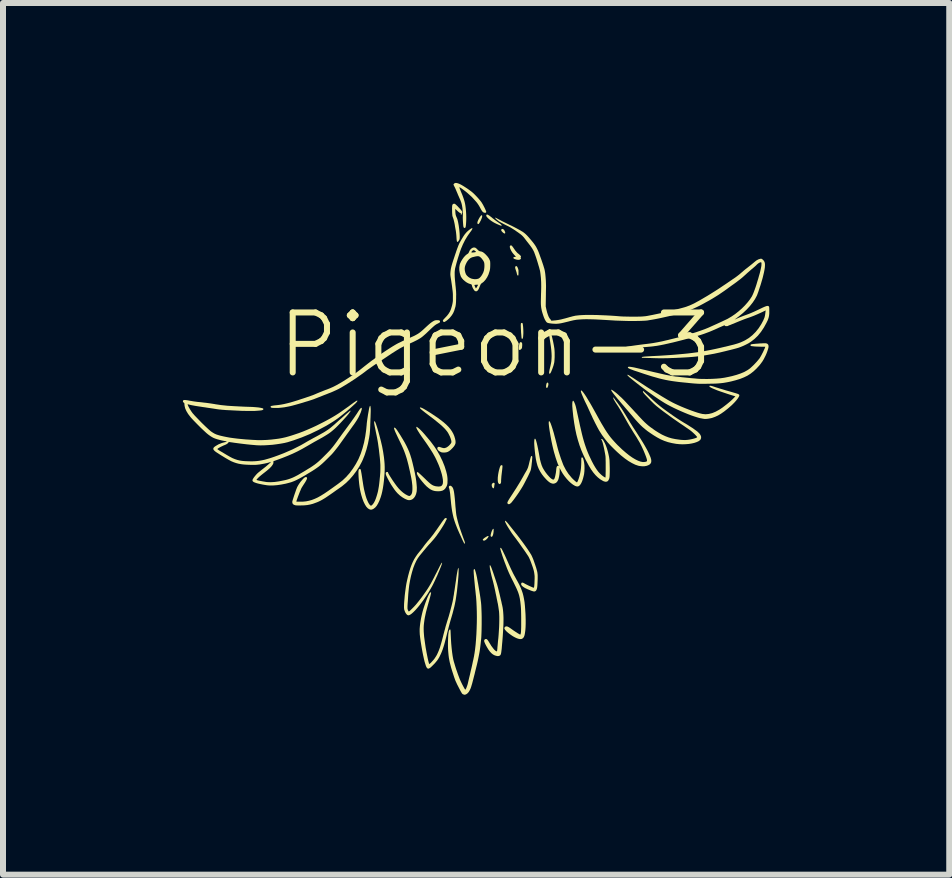
<source format=kicad_pcb>
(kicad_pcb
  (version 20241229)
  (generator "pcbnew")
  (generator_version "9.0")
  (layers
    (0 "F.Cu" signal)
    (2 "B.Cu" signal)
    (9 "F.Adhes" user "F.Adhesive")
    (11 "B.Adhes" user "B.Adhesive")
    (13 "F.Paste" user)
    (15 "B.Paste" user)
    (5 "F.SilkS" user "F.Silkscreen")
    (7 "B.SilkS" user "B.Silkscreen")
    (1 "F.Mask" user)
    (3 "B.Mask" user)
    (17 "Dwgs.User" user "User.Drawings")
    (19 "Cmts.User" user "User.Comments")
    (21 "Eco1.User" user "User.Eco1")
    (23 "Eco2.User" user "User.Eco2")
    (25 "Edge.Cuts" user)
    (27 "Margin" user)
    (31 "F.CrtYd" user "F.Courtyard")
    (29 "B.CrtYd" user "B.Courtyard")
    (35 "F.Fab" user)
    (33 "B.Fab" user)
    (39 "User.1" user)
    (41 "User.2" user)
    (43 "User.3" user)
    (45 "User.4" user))
  (footprint "Pigeon-3"
    (layer "F.Cu")
    (at 5.212 3.203)
    (property "Reference" "Pigeon-3" (at 0 -0.5 0) (unlocked yes) (layer "F.SilkS") (effects (font (size 1 1) (thickness 0.1))))
    (attr smd)
    (fp_poly (pts (xy 0.132 -2.43) (xy 0.146 -2.415) (xy 0.151 -2.406) (xy 0.161 -2.384) (xy 0.163 -2.369) (xy 0.159 -2.36) (xy 0.15 -2.359) (xy 0.136 -2.366) (xy 0.118 -2.381) (xy 0.102 -2.399) (xy 0.095 -2.414) (xy 0.097 -2.425) (xy 0.105 -2.432) (xy 0.118 -2.436)) (stroke (width 0) (type solid)) (fill yes) (layer "F.SilkS"))
    (fp_poly (pts (xy -0.115 2.688) (xy -0.117 2.698) (xy -0.127 2.714) (xy -0.13 2.719) (xy -0.148 2.739) (xy -0.167 2.754) (xy -0.184 2.762) (xy -0.198 2.762) (xy -0.208 2.756) (xy -0.211 2.749) (xy -0.21 2.742) (xy -0.202 2.733) (xy -0.187 2.72) (xy -0.171 2.709) (xy -0.148 2.695) (xy -0.131 2.686) (xy -0.119 2.684)) (stroke (width 0) (type solid)) (fill yes) (layer "F.SilkS"))
    (fp_poly (pts (xy 0.877 0.131) (xy 0.882 0.143) (xy 0.883 0.153) (xy 0.881 0.168) (xy 0.877 0.185) (xy 0.871 0.201) (xy 0.865 0.212) (xy 0.861 0.217) (xy 0.853 0.215) (xy 0.849 0.212) (xy 0.845 0.202) (xy 0.844 0.186) (xy 0.846 0.167) (xy 0.85 0.148) (xy 0.856 0.134) (xy 0.861 0.129) (xy 0.87 0.126)) (stroke (width 0) (type solid)) (fill yes) (layer "F.SilkS"))
    (fp_poly (pts (xy -0.223 -2.66) (xy -0.221 -2.649) (xy -0.224 -2.63) (xy -0.232 -2.607) (xy -0.244 -2.578) (xy -0.254 -2.56) (xy -0.266 -2.537) (xy -0.276 -2.523) (xy -0.284 -2.517) (xy -0.292 -2.517) (xy -0.297 -2.521) (xy -0.302 -2.531) (xy -0.301 -2.546) (xy -0.295 -2.567) (xy -0.285 -2.589) (xy -0.272 -2.614) (xy -0.259 -2.635) (xy -0.247 -2.651) (xy -0.237 -2.662) (xy -0.231 -2.664)) (stroke (width 0) (type solid)) (fill yes) (layer "F.SilkS"))
    (fp_poly (pts (xy -0.033 2.566) (xy -0.031 2.57) (xy -0.03 2.579) (xy -0.031 2.595) (xy -0.031 2.61) (xy -0.035 2.641) (xy -0.041 2.667) (xy -0.049 2.686) (xy -0.058 2.697) (xy -0.064 2.699) (xy -0.074 2.695) (xy -0.079 2.689) (xy -0.081 2.678) (xy -0.079 2.662) (xy -0.074 2.642) (xy -0.068 2.621) (xy -0.06 2.6) (xy -0.052 2.583) (xy -0.044 2.57) (xy -0.037 2.565) (xy -0.037 2.565)) (stroke (width 0) (type solid)) (fill yes) (layer "F.SilkS"))
    (fp_poly (pts (xy -0.02 1.801) (xy -0.018 1.803) (xy -0.013 1.812) (xy -0.015 1.824) (xy -0.018 1.838) (xy -0.02 1.854) (xy -0.022 1.87) (xy -0.026 1.883) (xy -0.032 1.89) (xy -0.035 1.89) (xy -0.041 1.887) (xy -0.047 1.882) (xy -0.053 1.873) (xy -0.059 1.859) (xy -0.06 1.855) (xy -0.063 1.834) (xy -0.058 1.816) (xy -0.045 1.803) (xy -0.042 1.801) (xy -0.031 1.797) (xy -0.026 1.797)) (stroke (width 0) (type solid)) (fill yes) (layer "F.SilkS"))
    (fp_poly (pts (xy 0.434 -0.544) (xy 0.438 -0.54) (xy 0.443 -0.533) (xy 0.445 -0.524) (xy 0.446 -0.51) (xy 0.446 -0.49) (xy 0.445 -0.487) (xy 0.444 -0.466) (xy 0.442 -0.453) (xy 0.438 -0.443) (xy 0.432 -0.435) (xy 0.429 -0.432) (xy 0.414 -0.42) (xy 0.402 -0.417) (xy 0.392 -0.424) (xy 0.39 -0.432) (xy 0.389 -0.447) (xy 0.39 -0.467) (xy 0.393 -0.488) (xy 0.396 -0.509) (xy 0.4 -0.525) (xy 0.402 -0.532) (xy 0.412 -0.545) (xy 0.423 -0.549)) (stroke (width 0) (type solid)) (fill yes) (layer "F.SilkS"))
    (fp_poly (pts (xy 0.352 -1.815) (xy 0.358 -1.811) (xy 0.364 -1.802) (xy 0.371 -1.788) (xy 0.377 -1.773) (xy 0.381 -1.759) (xy 0.384 -1.744) (xy 0.384 -1.723) (xy 0.384 -1.709) (xy 0.384 -1.686) (xy 0.383 -1.672) (xy 0.382 -1.663) (xy 0.379 -1.659) (xy 0.376 -1.658) (xy 0.367 -1.661) (xy 0.363 -1.668) (xy 0.359 -1.681) (xy 0.355 -1.696) (xy 0.355 -1.697) (xy 0.352 -1.71) (xy 0.346 -1.729) (xy 0.339 -1.749) (xy 0.339 -1.749) (xy 0.331 -1.776) (xy 0.328 -1.795) (xy 0.331 -1.808) (xy 0.34 -1.814) (xy 0.344 -1.815)) (stroke (width 0) (type solid)) (fill yes) (layer "F.SilkS"))
    (fp_poly (pts (xy -0.131 -2.674) (xy -0.117 -2.666) (xy -0.098 -2.654) (xy -0.073 -2.635) (xy -0.045 -2.612) (xy -0.025 -2.597) (xy -0.001 -2.578) (xy 0.025 -2.559) (xy 0.048 -2.543) (xy 0.074 -2.525) (xy 0.091 -2.512) (xy 0.101 -2.501) (xy 0.104 -2.494) (xy 0.101 -2.489) (xy 0.1 -2.489) (xy 0.094 -2.489) (xy 0.082 -2.493) (xy 0.069 -2.498) (xy 0.02 -2.519) (xy -0.022 -2.54) (xy -0.057 -2.561) (xy -0.088 -2.583) (xy -0.105 -2.597) (xy -0.128 -2.618) (xy -0.143 -2.634) (xy -0.151 -2.648) (xy -0.154 -2.659) (xy -0.152 -2.667) (xy -0.148 -2.673) (xy -0.141 -2.676)) (stroke (width 0) (type solid)) (fill yes) (layer "F.SilkS"))
    (fp_poly (pts (xy 0.445 -0.868) (xy 0.45 -0.865) (xy 0.453 -0.859) (xy 0.456 -0.847) (xy 0.458 -0.829) (xy 0.461 -0.804) (xy 0.462 -0.792) (xy 0.464 -0.76) (xy 0.465 -0.726) (xy 0.465 -0.692) (xy 0.463 -0.661) (xy 0.461 -0.636) (xy 0.458 -0.618) (xy 0.452 -0.606) (xy 0.445 -0.601) (xy 0.438 -0.606) (xy 0.438 -0.606) (xy 0.436 -0.614) (xy 0.434 -0.63) (xy 0.432 -0.652) (xy 0.43 -0.679) (xy 0.427 -0.709) (xy 0.426 -0.74) (xy 0.424 -0.771) (xy 0.423 -0.799) (xy 0.422 -0.824) (xy 0.423 -0.843) (xy 0.423 -0.854) (xy 0.424 -0.855) (xy 0.429 -0.866) (xy 0.439 -0.868)) (stroke (width 0) (type solid)) (fill yes) (layer "F.SilkS"))
    (fp_poly (pts (xy 0.113 1.507) (xy 0.117 1.515) (xy 0.117 1.523) (xy 0.116 1.539) (xy 0.114 1.562) (xy 0.111 1.589) (xy 0.107 1.62) (xy 0.107 1.622) (xy 0.103 1.655) (xy 0.099 1.688) (xy 0.097 1.718) (xy 0.095 1.743) (xy 0.094 1.759) (xy 0.094 1.781) (xy 0.092 1.795) (xy 0.089 1.804) (xy 0.084 1.811) (xy 0.084 1.811) (xy 0.074 1.819) (xy 0.066 1.819) (xy 0.055 1.812) (xy 0.046 1.799) (xy 0.04 1.777) (xy 0.038 1.747) (xy 0.039 1.708) (xy 0.04 1.699) (xy 0.044 1.664) (xy 0.05 1.629) (xy 0.057 1.595) (xy 0.065 1.565) (xy 0.073 1.539) (xy 0.081 1.52) (xy 0.089 1.508) (xy 0.091 1.507) (xy 0.103 1.503)) (stroke (width 0) (type solid)) (fill yes) (layer "F.SilkS"))
    (fp_poly (pts (xy 0.263 -2.161) (xy 0.27 -2.157) (xy 0.278 -2.149) (xy 0.289 -2.135) (xy 0.304 -2.114) (xy 0.314 -2.099) (xy 0.333 -2.072) (xy 0.351 -2.051) (xy 0.368 -2.033) (xy 0.385 -2.02) (xy 0.407 -2.001) (xy 0.421 -1.986) (xy 0.426 -1.974) (xy 0.423 -1.964) (xy 0.422 -1.962) (xy 0.419 -1.955) (xy 0.421 -1.952) (xy 0.426 -1.946) (xy 0.422 -1.936) (xy 0.417 -1.93) (xy 0.404 -1.923) (xy 0.384 -1.92) (xy 0.361 -1.922) (xy 0.34 -1.927) (xy 0.317 -1.935) (xy 0.304 -1.943) (xy 0.298 -1.951) (xy 0.298 -1.954) (xy 0.302 -1.963) (xy 0.315 -1.968) (xy 0.333 -1.969) (xy 0.338 -1.97) (xy 0.339 -1.973) (xy 0.335 -1.978) (xy 0.326 -1.989) (xy 0.313 -2.003) (xy 0.285 -2.036) (xy 0.262 -2.072) (xy 0.259 -2.079) (xy 0.246 -2.107) (xy 0.24 -2.129) (xy 0.239 -2.144) (xy 0.244 -2.155) (xy 0.25 -2.159) (xy 0.257 -2.161)) (stroke (width 0) (type solid)) (fill yes) (layer "F.SilkS"))
    (fp_poly (pts (xy 0.913 -0.758) (xy 0.913 -0.755) (xy 0.914 -0.744) (xy 0.918 -0.727) (xy 0.924 -0.707) (xy 0.926 -0.702) (xy 0.933 -0.676) (xy 0.941 -0.644) (xy 0.95 -0.607) (xy 0.959 -0.568) (xy 0.967 -0.529) (xy 0.974 -0.493) (xy 0.979 -0.462) (xy 0.982 -0.444) (xy 0.985 -0.412) (xy 0.987 -0.375) (xy 0.987 -0.337) (xy 0.987 -0.298) (xy 0.985 -0.262) (xy 0.983 -0.231) (xy 0.98 -0.208) (xy 0.98 -0.206) (xy 0.967 -0.155) (xy 0.949 -0.103) (xy 0.93 -0.056) (xy 0.919 -0.034) (xy 0.909 -0.022) (xy 0.902 -0.02) (xy 0.896 -0.028) (xy 0.896 -0.028) (xy 0.895 -0.035) (xy 0.895 -0.047) (xy 0.898 -0.064) (xy 0.902 -0.087) (xy 0.909 -0.118) (xy 0.916 -0.146) (xy 0.925 -0.188) (xy 0.932 -0.229) (xy 0.935 -0.271) (xy 0.937 -0.316) (xy 0.935 -0.364) (xy 0.931 -0.417) (xy 0.924 -0.476) (xy 0.914 -0.543) (xy 0.908 -0.58) (xy 0.901 -0.625) (xy 0.895 -0.661) (xy 0.891 -0.69) (xy 0.889 -0.712) (xy 0.889 -0.729) (xy 0.89 -0.742) (xy 0.892 -0.751) (xy 0.896 -0.758) (xy 0.904 -0.767) (xy 0.91 -0.767)) (stroke (width 0) (type solid)) (fill yes) (layer "F.SilkS"))
    (fp_poly (pts (xy -0.745 1.848) (xy -0.73 1.858) (xy -0.721 1.868) (xy -0.712 1.88) (xy -0.705 1.896) (xy -0.699 1.916) (xy -0.693 1.942) (xy -0.688 1.974) (xy -0.683 2.013) (xy -0.678 2.059) (xy -0.673 2.115) (xy -0.67 2.158) (xy -0.667 2.196) (xy -0.663 2.234) (xy -0.66 2.269) (xy -0.657 2.299) (xy -0.654 2.322) (xy -0.652 2.337) (xy -0.642 2.384) (xy -0.63 2.433) (xy -0.615 2.487) (xy -0.597 2.545) (xy -0.575 2.609) (xy -0.55 2.68) (xy -0.542 2.702) (xy -0.529 2.737) (xy -0.519 2.764) (xy -0.512 2.784) (xy -0.509 2.798) (xy -0.508 2.807) (xy -0.509 2.812) (xy -0.512 2.813) (xy -0.512 2.813) (xy -0.519 2.809) (xy -0.527 2.799) (xy -0.529 2.794) (xy -0.535 2.783) (xy -0.544 2.764) (xy -0.556 2.739) (xy -0.569 2.71) (xy -0.583 2.679) (xy -0.598 2.647) (xy -0.612 2.615) (xy -0.625 2.586) (xy -0.636 2.56) (xy -0.644 2.54) (xy -0.645 2.537) (xy -0.666 2.483) (xy -0.684 2.431) (xy -0.699 2.381) (xy -0.711 2.329) (xy -0.722 2.275) (xy -0.731 2.216) (xy -0.739 2.151) (xy -0.746 2.078) (xy -0.747 2.071) (xy -0.751 2.026) (xy -0.755 1.985) (xy -0.76 1.95) (xy -0.765 1.921) (xy -0.769 1.899) (xy -0.774 1.886) (xy -0.774 1.885) (xy -0.779 1.869) (xy -0.774 1.856) (xy -0.771 1.853) (xy -0.759 1.846)) (stroke (width 0) (type solid)) (fill yes) (layer "F.SilkS"))
    (fp_poly (pts (xy 0.612 1.358) (xy 0.613 1.361) (xy 0.614 1.371) (xy 0.613 1.389) (xy 0.611 1.414) (xy 0.609 1.442) (xy 0.605 1.473) (xy 0.602 1.503) (xy 0.598 1.533) (xy 0.594 1.559) (xy 0.59 1.579) (xy 0.586 1.592) (xy 0.586 1.592) (xy 0.58 1.608) (xy 0.57 1.63) (xy 0.557 1.658) (xy 0.542 1.69) (xy 0.525 1.723) (xy 0.507 1.758) (xy 0.49 1.791) (xy 0.474 1.821) (xy 0.46 1.847) (xy 0.45 1.864) (xy 0.426 1.903) (xy 0.401 1.942) (xy 0.375 1.981) (xy 0.349 2.018) (xy 0.324 2.053) (xy 0.301 2.084) (xy 0.281 2.109) (xy 0.265 2.129) (xy 0.257 2.136) (xy 0.24 2.15) (xy 0.226 2.155) (xy 0.213 2.153) (xy 0.209 2.15) (xy 0.202 2.144) (xy 0.199 2.136) (xy 0.199 2.125) (xy 0.205 2.111) (xy 0.215 2.092) (xy 0.23 2.067) (xy 0.247 2.04) (xy 0.282 1.987) (xy 0.316 1.934) (xy 0.349 1.883) (xy 0.379 1.834) (xy 0.406 1.79) (xy 0.429 1.751) (xy 0.44 1.731) (xy 0.457 1.702) (xy 0.475 1.669) (xy 0.493 1.637) (xy 0.508 1.612) (xy 0.52 1.591) (xy 0.529 1.574) (xy 0.536 1.558) (xy 0.543 1.541) (xy 0.549 1.52) (xy 0.556 1.495) (xy 0.563 1.465) (xy 0.57 1.436) (xy 0.577 1.409) (xy 0.583 1.387) (xy 0.588 1.37) (xy 0.591 1.362) (xy 0.598 1.352) (xy 0.606 1.35)) (stroke (width 0) (type solid)) (fill yes) (layer "F.SilkS"))
    (fp_poly (pts (xy -1.235 0.546) (xy -1.214 0.555) (xy -1.187 0.57) (xy -1.153 0.59) (xy -1.111 0.616) (xy -1.062 0.647) (xy -1.052 0.654) (xy -0.982 0.701) (xy -0.921 0.745) (xy -0.868 0.786) (xy -0.822 0.826) (xy -0.783 0.865) (xy -0.751 0.903) (xy -0.725 0.941) (xy -0.703 0.98) (xy -0.686 1.021) (xy -0.674 1.061) (xy -0.667 1.094) (xy -0.665 1.122) (xy -0.668 1.146) (xy -0.678 1.169) (xy -0.694 1.193) (xy -0.718 1.221) (xy -0.721 1.223) (xy -0.748 1.25) (xy -0.772 1.269) (xy -0.795 1.282) (xy -0.82 1.29) (xy -0.847 1.293) (xy -0.848 1.293) (xy -0.877 1.293) (xy -0.899 1.29) (xy -0.904 1.288) (xy -0.931 1.275) (xy -0.951 1.26) (xy -0.964 1.244) (xy -0.97 1.227) (xy -0.968 1.215) (xy -0.962 1.204) (xy -0.952 1.199) (xy -0.937 1.199) (xy -0.916 1.205) (xy -0.908 1.208) (xy -0.881 1.216) (xy -0.86 1.22) (xy -0.842 1.218) (xy -0.823 1.211) (xy -0.815 1.208) (xy -0.797 1.196) (xy -0.778 1.181) (xy -0.761 1.163) (xy -0.746 1.145) (xy -0.737 1.129) (xy -0.734 1.118) (xy -0.737 1.093) (xy -0.746 1.062) (xy -0.759 1.027) (xy -0.777 0.991) (xy -0.788 0.97) (xy -0.802 0.948) (xy -0.82 0.925) (xy -0.841 0.9) (xy -0.867 0.874) (xy -0.897 0.845) (xy -0.933 0.814) (xy -0.976 0.779) (xy -1.024 0.74) (xy -1.081 0.697) (xy -1.136 0.655) (xy -1.174 0.626) (xy -1.204 0.602) (xy -1.228 0.583) (xy -1.244 0.569) (xy -1.255 0.558) (xy -1.26 0.55) (xy -1.26 0.548) (xy -1.257 0.542) (xy -1.249 0.541)) (stroke (width 0) (type solid)) (fill yes) (layer "F.SilkS"))
    (fp_poly (pts (xy -0.677 -2.853) (xy -0.675 -2.852) (xy -0.666 -2.846) (xy -0.653 -2.834) (xy -0.636 -2.818) (xy -0.618 -2.799) (xy -0.599 -2.779) (xy -0.582 -2.76) (xy -0.568 -2.743) (xy -0.559 -2.731) (xy -0.555 -2.725) (xy -0.554 -2.715) (xy -0.556 -2.701) (xy -0.561 -2.687) (xy -0.567 -2.676) (xy -0.574 -2.67) (xy -0.579 -2.671) (xy -0.579 -2.677) (xy -0.576 -2.68) (xy -0.571 -2.688) (xy -0.575 -2.693) (xy -0.582 -2.696) (xy -0.59 -2.7) (xy -0.603 -2.71) (xy -0.62 -2.723) (xy -0.632 -2.734) (xy -0.671 -2.77) (xy -0.669 -2.721) (xy -0.667 -2.694) (xy -0.664 -2.674) (xy -0.659 -2.655) (xy -0.651 -2.635) (xy -0.643 -2.617) (xy -0.637 -2.602) (xy -0.632 -2.586) (xy -0.628 -2.569) (xy -0.623 -2.548) (xy -0.618 -2.521) (xy -0.612 -2.488) (xy -0.604 -2.427) (xy -0.598 -2.365) (xy -0.597 -2.342) (xy -0.596 -2.313) (xy -0.596 -2.293) (xy -0.597 -2.279) (xy -0.598 -2.268) (xy -0.601 -2.26) (xy -0.605 -2.251) (xy -0.609 -2.245) (xy -0.619 -2.229) (xy -0.626 -2.221) (xy -0.633 -2.219) (xy -0.639 -2.222) (xy -0.643 -2.228) (xy -0.645 -2.24) (xy -0.648 -2.261) (xy -0.65 -2.291) (xy -0.65 -2.295) (xy -0.652 -2.325) (xy -0.655 -2.355) (xy -0.658 -2.382) (xy -0.661 -2.403) (xy -0.661 -2.404) (xy -0.665 -2.425) (xy -0.67 -2.452) (xy -0.675 -2.481) (xy -0.679 -2.508) (xy -0.685 -2.538) (xy -0.692 -2.568) (xy -0.699 -2.596) (xy -0.705 -2.614) (xy -0.711 -2.631) (xy -0.716 -2.645) (xy -0.719 -2.659) (xy -0.72 -2.675) (xy -0.722 -2.695) (xy -0.723 -2.722) (xy -0.723 -2.738) (xy -0.724 -2.774) (xy -0.723 -2.801) (xy -0.722 -2.821) (xy -0.719 -2.835) (xy -0.714 -2.844) (xy -0.707 -2.851) (xy -0.702 -2.853) (xy -0.69 -2.857)) (stroke (width 0) (type solid)) (fill yes) (layer "F.SilkS"))
    (fp_poly (pts (xy -1.309 0.867) (xy -1.296 0.876) (xy -1.291 0.88) (xy -1.27 0.897) (xy -1.246 0.92) (xy -1.217 0.95) (xy -1.184 0.987) (xy -1.146 1.032) (xy -1.102 1.084) (xy -1.077 1.115) (xy -1.021 1.19) (xy -0.969 1.27) (xy -0.923 1.353) (xy -0.882 1.438) (xy -0.848 1.523) (xy -0.822 1.606) (xy -0.808 1.663) (xy -0.803 1.695) (xy -0.8 1.724) (xy -0.799 1.757) (xy -0.8 1.771) (xy -0.8 1.797) (xy -0.802 1.815) (xy -0.805 1.829) (xy -0.809 1.842) (xy -0.815 1.857) (xy -0.818 1.862) (xy -0.836 1.892) (xy -0.858 1.914) (xy -0.885 1.929) (xy -0.918 1.937) (xy -0.955 1.939) (xy -0.979 1.938) (xy -1.003 1.936) (xy -1.023 1.932) (xy -1.024 1.932) (xy -1.055 1.922) (xy -1.085 1.907) (xy -1.116 1.885) (xy -1.148 1.858) (xy -1.183 1.822) (xy -1.22 1.779) (xy -1.222 1.777) (xy -1.254 1.737) (xy -1.279 1.703) (xy -1.297 1.675) (xy -1.307 1.653) (xy -1.311 1.636) (xy -1.308 1.624) (xy -1.307 1.624) (xy -1.303 1.619) (xy -1.297 1.619) (xy -1.289 1.625) (xy -1.284 1.628) (xy -1.276 1.635) (xy -1.262 1.648) (xy -1.243 1.665) (xy -1.221 1.686) (xy -1.196 1.71) (xy -1.173 1.732) (xy -1.14 1.764) (xy -1.113 1.789) (xy -1.09 1.809) (xy -1.07 1.824) (xy -1.053 1.835) (xy -1.037 1.843) (xy -1.02 1.849) (xy -1.003 1.854) (xy -0.998 1.855) (xy -0.977 1.858) (xy -0.954 1.86) (xy -0.942 1.86) (xy -0.917 1.857) (xy -0.899 1.848) (xy -0.886 1.832) (xy -0.877 1.807) (xy -0.877 1.805) (xy -0.875 1.778) (xy -0.877 1.744) (xy -0.884 1.703) (xy -0.894 1.657) (xy -0.909 1.607) (xy -0.926 1.555) (xy -0.947 1.5) (xy -0.966 1.457) (xy -0.985 1.415) (xy -1.005 1.374) (xy -1.027 1.334) (xy -1.05 1.294) (xy -1.077 1.251) (xy -1.107 1.205) (xy -1.141 1.154) (xy -1.181 1.097) (xy -1.203 1.066) (xy -1.238 1.017) (xy -1.266 0.975) (xy -1.288 0.94) (xy -1.304 0.913) (xy -1.315 0.892) (xy -1.319 0.877) (xy -1.32 0.873) (xy -1.319 0.866) (xy -1.316 0.864)) (stroke (width 0) (type solid)) (fill yes) (layer "F.SilkS"))
    (fp_poly (pts (xy -1.679 0.879) (xy -1.672 0.884) (xy -1.663 0.891) (xy -1.653 0.904) (xy -1.64 0.921) (xy -1.625 0.944) (xy -1.606 0.973) (xy -1.583 1.009) (xy -1.557 1.053) (xy -1.549 1.065) (xy -1.514 1.125) (xy -1.485 1.18) (xy -1.46 1.232) (xy -1.438 1.283) (xy -1.419 1.337) (xy -1.401 1.395) (xy -1.384 1.46) (xy -1.382 1.468) (xy -1.362 1.552) (xy -1.345 1.63) (xy -1.331 1.702) (xy -1.321 1.767) (xy -1.315 1.825) (xy -1.311 1.876) (xy -1.312 1.918) (xy -1.314 1.945) (xy -1.324 1.986) (xy -1.339 2.021) (xy -1.359 2.05) (xy -1.383 2.071) (xy -1.408 2.083) (xy -1.43 2.087) (xy -1.449 2.087) (xy -1.471 2.082) (xy -1.51 2.065) (xy -1.551 2.041) (xy -1.592 2.011) (xy -1.631 1.975) (xy -1.635 1.971) (xy -1.659 1.944) (xy -1.686 1.909) (xy -1.714 1.868) (xy -1.743 1.824) (xy -1.77 1.778) (xy -1.795 1.731) (xy -1.806 1.709) (xy -1.821 1.678) (xy -1.829 1.653) (xy -1.83 1.635) (xy -1.825 1.624) (xy -1.814 1.618) (xy -1.805 1.617) (xy -1.795 1.619) (xy -1.791 1.625) (xy -1.791 1.629) (xy -1.788 1.637) (xy -1.78 1.652) (xy -1.768 1.673) (xy -1.753 1.697) (xy -1.735 1.725) (xy -1.716 1.755) (xy -1.695 1.785) (xy -1.675 1.814) (xy -1.655 1.841) (xy -1.643 1.857) (xy -1.61 1.897) (xy -1.574 1.933) (xy -1.538 1.964) (xy -1.502 1.989) (xy -1.469 2.007) (xy -1.456 2.013) (xy -1.442 2.017) (xy -1.433 2.018) (xy -1.425 2.014) (xy -1.42 2.011) (xy -1.406 1.997) (xy -1.396 1.979) (xy -1.389 1.955) (xy -1.386 1.924) (xy -1.385 1.911) (xy -1.385 1.88) (xy -1.386 1.846) (xy -1.39 1.809) (xy -1.395 1.768) (xy -1.403 1.721) (xy -1.414 1.667) (xy -1.427 1.606) (xy -1.437 1.563) (xy -1.451 1.501) (xy -1.465 1.447) (xy -1.478 1.399) (xy -1.492 1.354) (xy -1.507 1.31) (xy -1.523 1.267) (xy -1.542 1.221) (xy -1.564 1.172) (xy -1.59 1.118) (xy -1.61 1.077) (xy -1.634 1.027) (xy -1.653 0.986) (xy -1.669 0.952) (xy -1.68 0.925) (xy -1.687 0.905) (xy -1.691 0.891) (xy -1.691 0.882) (xy -1.688 0.878) (xy -1.686 0.878)) (stroke (width 0) (type solid)) (fill yes) (layer "F.SilkS"))
    (fp_poly (pts (xy -0.64 -3.2) (xy -0.612 -3.191) (xy -0.585 -3.179) (xy -0.561 -3.166) (xy -0.531 -3.148) (xy -0.498 -3.127) (xy -0.463 -3.104) (xy -0.43 -3.08) (xy -0.4 -3.058) (xy -0.382 -3.043) (xy -0.363 -3.026) (xy -0.34 -3.003) (xy -0.315 -2.977) (xy -0.29 -2.95) (xy -0.267 -2.923) (xy -0.247 -2.899) (xy -0.232 -2.879) (xy -0.231 -2.877) (xy -0.22 -2.859) (xy -0.207 -2.837) (xy -0.194 -2.812) (xy -0.181 -2.787) (xy -0.17 -2.763) (xy -0.161 -2.743) (xy -0.155 -2.727) (xy -0.154 -2.719) (xy -0.157 -2.709) (xy -0.168 -2.704) (xy -0.186 -2.706) (xy -0.198 -2.71) (xy -0.21 -2.718) (xy -0.222 -2.731) (xy -0.235 -2.751) (xy -0.25 -2.778) (xy -0.256 -2.789) (xy -0.269 -2.813) (xy -0.283 -2.836) (xy -0.298 -2.858) (xy -0.317 -2.883) (xy -0.341 -2.91) (xy -0.37 -2.942) (xy -0.378 -2.951) (xy -0.397 -2.971) (xy -0.42 -2.992) (xy -0.445 -3.015) (xy -0.471 -3.038) (xy -0.498 -3.06) (xy -0.524 -3.08) (xy -0.548 -3.098) (xy -0.569 -3.113) (xy -0.586 -3.124) (xy -0.598 -3.129) (xy -0.603 -3.13) (xy -0.602 -3.125) (xy -0.597 -3.112) (xy -0.59 -3.094) (xy -0.581 -3.071) (xy -0.575 -3.056) (xy -0.554 -3.006) (xy -0.538 -2.963) (xy -0.525 -2.925) (xy -0.515 -2.89) (xy -0.507 -2.856) (xy -0.501 -2.821) (xy -0.496 -2.782) (xy -0.492 -2.739) (xy -0.49 -2.711) (xy -0.488 -2.676) (xy -0.487 -2.639) (xy -0.487 -2.602) (xy -0.488 -2.567) (xy -0.49 -2.533) (xy -0.492 -2.504) (xy -0.495 -2.481) (xy -0.498 -2.465) (xy -0.501 -2.459) (xy -0.512 -2.451) (xy -0.523 -2.453) (xy -0.531 -2.462) (xy -0.534 -2.471) (xy -0.537 -2.489) (xy -0.539 -2.512) (xy -0.541 -2.54) (xy -0.543 -2.569) (xy -0.544 -2.598) (xy -0.545 -2.625) (xy -0.544 -2.648) (xy -0.544 -2.654) (xy -0.543 -2.692) (xy -0.546 -2.734) (xy -0.55 -2.779) (xy -0.557 -2.821) (xy -0.563 -2.849) (xy -0.57 -2.874) (xy -0.581 -2.904) (xy -0.592 -2.932) (xy -0.598 -2.944) (xy -0.61 -2.972) (xy -0.624 -3.003) (xy -0.636 -3.033) (xy -0.641 -3.044) (xy -0.652 -3.07) (xy -0.664 -3.099) (xy -0.676 -3.125) (xy -0.681 -3.134) (xy -0.701 -3.175) (xy -0.691 -3.189) (xy -0.679 -3.199) (xy -0.662 -3.203)) (stroke (width 0) (type solid)) (fill yes) (layer "F.SilkS"))
    (fp_poly (pts (xy 0.09 2.883) (xy 0.096 2.889) (xy 0.103 2.899) (xy 0.112 2.915) (xy 0.123 2.937) (xy 0.137 2.966) (xy 0.154 3.001) (xy 0.174 3.045) (xy 0.197 3.097) (xy 0.198 3.099) (xy 0.226 3.162) (xy 0.251 3.217) (xy 0.274 3.266) (xy 0.295 3.309) (xy 0.315 3.347) (xy 0.335 3.383) (xy 0.348 3.407) (xy 0.376 3.457) (xy 0.401 3.505) (xy 0.422 3.55) (xy 0.439 3.594) (xy 0.454 3.638) (xy 0.466 3.685) (xy 0.476 3.734) (xy 0.485 3.788) (xy 0.491 3.847) (xy 0.496 3.913) (xy 0.501 3.988) (xy 0.502 4.012) (xy 0.504 4.084) (xy 0.504 4.15) (xy 0.502 4.209) (xy 0.498 4.26) (xy 0.492 4.304) (xy 0.485 4.34) (xy 0.475 4.367) (xy 0.471 4.374) (xy 0.454 4.393) (xy 0.433 4.403) (xy 0.407 4.404) (xy 0.379 4.398) (xy 0.351 4.388) (xy 0.32 4.373) (xy 0.288 4.355) (xy 0.257 4.334) (xy 0.228 4.313) (xy 0.201 4.291) (xy 0.179 4.271) (xy 0.162 4.251) (xy 0.151 4.235) (xy 0.149 4.224) (xy 0.153 4.207) (xy 0.165 4.196) (xy 0.182 4.192) (xy 0.183 4.192) (xy 0.193 4.193) (xy 0.205 4.197) (xy 0.219 4.204) (xy 0.237 4.215) (xy 0.26 4.231) (xy 0.285 4.249) (xy 0.308 4.265) (xy 0.335 4.283) (xy 0.361 4.299) (xy 0.369 4.305) (xy 0.414 4.331) (xy 0.422 4.31) (xy 0.423 4.302) (xy 0.425 4.292) (xy 0.426 4.277) (xy 0.427 4.258) (xy 0.428 4.233) (xy 0.429 4.2) (xy 0.429 4.16) (xy 0.429 4.111) (xy 0.429 4.103) (xy 0.429 4.037) (xy 0.428 3.981) (xy 0.427 3.931) (xy 0.425 3.887) (xy 0.422 3.848) (xy 0.418 3.811) (xy 0.414 3.776) (xy 0.408 3.741) (xy 0.407 3.731) (xy 0.401 3.703) (xy 0.395 3.677) (xy 0.387 3.651) (xy 0.378 3.624) (xy 0.366 3.595) (xy 0.352 3.562) (xy 0.334 3.524) (xy 0.312 3.479) (xy 0.298 3.45) (xy 0.278 3.411) (xy 0.258 3.371) (xy 0.239 3.331) (xy 0.222 3.294) (xy 0.208 3.261) (xy 0.197 3.235) (xy 0.195 3.23) (xy 0.173 3.172) (xy 0.152 3.118) (xy 0.134 3.068) (xy 0.118 3.023) (xy 0.105 2.982) (xy 0.094 2.948) (xy 0.086 2.92) (xy 0.081 2.9) (xy 0.08 2.887) (xy 0.081 2.884) (xy 0.085 2.882)) (stroke (width 0) (type solid)) (fill yes) (layer "F.SilkS"))
    (fp_poly (pts (xy 0.169 2.433) (xy 0.181 2.444) (xy 0.198 2.462) (xy 0.217 2.485) (xy 0.233 2.506) (xy 0.253 2.531) (xy 0.276 2.56) (xy 0.301 2.591) (xy 0.325 2.621) (xy 0.329 2.627) (xy 0.365 2.672) (xy 0.401 2.719) (xy 0.436 2.766) (xy 0.471 2.813) (xy 0.503 2.858) (xy 0.532 2.899) (xy 0.558 2.938) (xy 0.579 2.971) (xy 0.596 2.998) (xy 0.604 3.014) (xy 0.614 3.036) (xy 0.627 3.066) (xy 0.64 3.101) (xy 0.653 3.139) (xy 0.666 3.177) (xy 0.678 3.213) (xy 0.687 3.245) (xy 0.694 3.271) (xy 0.695 3.275) (xy 0.699 3.294) (xy 0.701 3.311) (xy 0.703 3.328) (xy 0.704 3.348) (xy 0.704 3.372) (xy 0.704 3.402) (xy 0.703 3.428) (xy 0.701 3.474) (xy 0.699 3.511) (xy 0.696 3.541) (xy 0.691 3.564) (xy 0.685 3.581) (xy 0.678 3.594) (xy 0.672 3.6) (xy 0.662 3.607) (xy 0.652 3.61) (xy 0.638 3.61) (xy 0.62 3.605) (xy 0.595 3.597) (xy 0.583 3.592) (xy 0.534 3.572) (xy 0.494 3.553) (xy 0.464 3.534) (xy 0.442 3.516) (xy 0.43 3.498) (xy 0.428 3.482) (xy 0.429 3.48) (xy 0.434 3.467) (xy 0.443 3.462) (xy 0.456 3.463) (xy 0.475 3.471) (xy 0.486 3.478) (xy 0.504 3.488) (xy 0.526 3.499) (xy 0.55 3.511) (xy 0.574 3.522) (xy 0.597 3.532) (xy 0.617 3.541) (xy 0.632 3.546) (xy 0.64 3.548) (xy 0.641 3.548) (xy 0.643 3.541) (xy 0.646 3.526) (xy 0.648 3.505) (xy 0.65 3.48) (xy 0.651 3.452) (xy 0.652 3.424) (xy 0.653 3.397) (xy 0.653 3.373) (xy 0.653 3.354) (xy 0.653 3.354) (xy 0.65 3.327) (xy 0.646 3.298) (xy 0.641 3.272) (xy 0.64 3.267) (xy 0.633 3.241) (xy 0.623 3.209) (xy 0.611 3.175) (xy 0.598 3.139) (xy 0.585 3.104) (xy 0.572 3.073) (xy 0.561 3.048) (xy 0.556 3.039) (xy 0.548 3.024) (xy 0.534 3.003) (xy 0.516 2.976) (xy 0.495 2.945) (xy 0.471 2.91) (xy 0.445 2.874) (xy 0.419 2.837) (xy 0.393 2.8) (xy 0.367 2.765) (xy 0.344 2.733) (xy 0.323 2.706) (xy 0.318 2.699) (xy 0.295 2.669) (xy 0.272 2.637) (xy 0.25 2.603) (xy 0.228 2.569) (xy 0.208 2.537) (xy 0.19 2.507) (xy 0.176 2.48) (xy 0.165 2.459) (xy 0.16 2.443) (xy 0.159 2.438) (xy 0.161 2.431)) (stroke (width 0) (type solid)) (fill yes) (layer "F.SilkS"))
    (fp_poly (pts (xy -0.384 -2.447) (xy -0.385 -2.439) (xy -0.392 -2.423) (xy -0.406 -2.401) (xy -0.423 -2.379) (xy -0.466 -2.318) (xy -0.507 -2.25) (xy -0.543 -2.178) (xy -0.574 -2.105) (xy -0.584 -2.077) (xy -0.597 -2.039) (xy -0.61 -1.997) (xy -0.624 -1.954) (xy -0.637 -1.91) (xy -0.649 -1.869) (xy -0.659 -1.831) (xy -0.667 -1.8) (xy -0.673 -1.777) (xy -0.677 -1.748) (xy -0.68 -1.716) (xy -0.68 -1.678) (xy -0.679 -1.634) (xy -0.675 -1.582) (xy -0.669 -1.522) (xy -0.668 -1.506) (xy -0.663 -1.463) (xy -0.66 -1.429) (xy -0.657 -1.398) (xy -0.656 -1.371) (xy -0.655 -1.342) (xy -0.656 -1.312) (xy -0.656 -1.277) (xy -0.657 -1.241) (xy -0.658 -1.212) (xy -0.66 -1.189) (xy -0.662 -1.17) (xy -0.665 -1.153) (xy -0.668 -1.136) (xy -0.672 -1.124) (xy -0.687 -1.074) (xy -0.705 -1.032) (xy -0.728 -0.995) (xy -0.757 -0.959) (xy -0.768 -0.947) (xy -0.793 -0.924) (xy -0.816 -0.905) (xy -0.836 -0.892) (xy -0.851 -0.884) (xy -0.858 -0.883) (xy -0.865 -0.886) (xy -0.87 -0.891) (xy -0.876 -0.899) (xy -0.877 -0.908) (xy -0.872 -0.918) (xy -0.86 -0.932) (xy -0.843 -0.95) (xy -0.808 -0.987) (xy -0.781 -1.022) (xy -0.759 -1.058) (xy -0.742 -1.098) (xy -0.728 -1.145) (xy -0.725 -1.155) (xy -0.719 -1.18) (xy -0.715 -1.2) (xy -0.712 -1.219) (xy -0.71 -1.239) (xy -0.71 -1.262) (xy -0.71 -1.293) (xy -0.71 -1.297) (xy -0.71 -1.319) (xy -0.71 -1.341) (xy -0.711 -1.363) (xy -0.713 -1.387) (xy -0.716 -1.413) (xy -0.72 -1.443) (xy -0.724 -1.478) (xy -0.73 -1.519) (xy -0.737 -1.567) (xy -0.746 -1.624) (xy -0.747 -1.629) (xy -0.75 -1.652) (xy -0.752 -1.671) (xy -0.752 -1.688) (xy -0.751 -1.707) (xy -0.749 -1.73) (xy -0.747 -1.745) (xy -0.745 -1.762) (xy -0.742 -1.779) (xy -0.738 -1.795) (xy -0.734 -1.813) (xy -0.728 -1.834) (xy -0.721 -1.859) (xy -0.711 -1.89) (xy -0.699 -1.927) (xy -0.684 -1.971) (xy -0.678 -1.99) (xy -0.662 -2.037) (xy -0.649 -2.076) (xy -0.638 -2.107) (xy -0.628 -2.133) (xy -0.62 -2.155) (xy -0.612 -2.173) (xy -0.605 -2.19) (xy -0.597 -2.206) (xy -0.588 -2.222) (xy -0.577 -2.24) (xy -0.575 -2.245) (xy -0.551 -2.285) (xy -0.531 -2.318) (xy -0.512 -2.345) (xy -0.493 -2.368) (xy -0.475 -2.388) (xy -0.454 -2.406) (xy -0.45 -2.41) (xy -0.424 -2.43) (xy -0.404 -2.443) (xy -0.391 -2.449)) (stroke (width 0) (type solid)) (fill yes) (layer "F.SilkS"))
    (fp_poly (pts (xy -2.015 0.772) (xy -2.009 0.779) (xy -2.002 0.793) (xy -1.994 0.814) (xy -1.984 0.843) (xy -1.972 0.88) (xy -1.958 0.926) (xy -1.943 0.98) (xy -1.938 0.998) (xy -1.912 1.097) (xy -1.89 1.191) (xy -1.873 1.282) (xy -1.859 1.375) (xy -1.853 1.434) (xy -1.849 1.482) (xy -1.847 1.533) (xy -1.847 1.587) (xy -1.85 1.646) (xy -1.855 1.711) (xy -1.86 1.764) (xy -1.868 1.829) (xy -1.877 1.887) (xy -1.887 1.939) (xy -1.898 1.986) (xy -1.911 2.03) (xy -1.915 2.042) (xy -1.936 2.098) (xy -1.958 2.144) (xy -1.981 2.182) (xy -2.005 2.21) (xy -2.031 2.23) (xy -2.041 2.236) (xy -2.061 2.244) (xy -2.076 2.246) (xy -2.09 2.244) (xy -2.106 2.238) (xy -2.13 2.222) (xy -2.154 2.196) (xy -2.176 2.161) (xy -2.198 2.117) (xy -2.218 2.065) (xy -2.237 2.003) (xy -2.247 1.964) (xy -2.257 1.918) (xy -2.265 1.871) (xy -2.272 1.819) (xy -2.278 1.76) (xy -2.282 1.707) (xy -2.284 1.663) (xy -2.285 1.629) (xy -2.284 1.603) (xy -2.281 1.585) (xy -2.276 1.574) (xy -2.276 1.574) (xy -2.266 1.568) (xy -2.254 1.57) (xy -2.248 1.574) (xy -2.246 1.581) (xy -2.243 1.595) (xy -2.239 1.617) (xy -2.234 1.643) (xy -2.23 1.669) (xy -2.224 1.707) (xy -2.218 1.749) (xy -2.211 1.793) (xy -2.205 1.832) (xy -2.203 1.845) (xy -2.192 1.904) (xy -2.179 1.959) (xy -2.166 2.01) (xy -2.151 2.057) (xy -2.135 2.097) (xy -2.119 2.131) (xy -2.103 2.157) (xy -2.087 2.174) (xy -2.085 2.176) (xy -2.078 2.179) (xy -2.072 2.179) (xy -2.063 2.173) (xy -2.055 2.166) (xy -2.039 2.148) (xy -2.024 2.125) (xy -2.009 2.096) (xy -1.994 2.058) (xy -1.985 2.031) (xy -1.975 1.999) (xy -1.966 1.967) (xy -1.958 1.935) (xy -1.952 1.901) (xy -1.945 1.862) (xy -1.939 1.817) (xy -1.933 1.764) (xy -1.932 1.754) (xy -1.925 1.683) (xy -1.92 1.619) (xy -1.919 1.559) (xy -1.919 1.5) (xy -1.923 1.439) (xy -1.929 1.373) (xy -1.932 1.347) (xy -1.939 1.286) (xy -1.945 1.233) (xy -1.952 1.185) (xy -1.958 1.141) (xy -1.965 1.098) (xy -1.973 1.055) (xy -1.982 1.009) (xy -1.993 0.958) (xy -1.995 0.948) (xy -2.004 0.901) (xy -2.012 0.864) (xy -2.017 0.834) (xy -2.021 0.812) (xy -2.023 0.795) (xy -2.023 0.783) (xy -2.023 0.776) (xy -2.02 0.772) (xy -2.02 0.772)) (stroke (width 0) (type solid)) (fill yes) (layer "F.SilkS"))
    (fp_poly (pts (xy -0.088 3.173) (xy -0.082 3.183) (xy -0.074 3.199) (xy -0.073 3.201) (xy -0.064 3.224) (xy -0.053 3.254) (xy -0.04 3.29) (xy -0.027 3.329) (xy -0.013 3.371) (xy 0.001 3.412) (xy 0.014 3.453) (xy 0.026 3.489) (xy 0.035 3.521) (xy 0.042 3.546) (xy 0.044 3.554) (xy 0.056 3.603) (xy 0.068 3.651) (xy 0.079 3.698) (xy 0.089 3.742) (xy 0.099 3.782) (xy 0.106 3.817) (xy 0.113 3.845) (xy 0.117 3.866) (xy 0.119 3.874) (xy 0.125 3.914) (xy 0.129 3.955) (xy 0.132 3.999) (xy 0.134 4.046) (xy 0.134 4.098) (xy 0.133 4.155) (xy 0.13 4.218) (xy 0.126 4.288) (xy 0.121 4.366) (xy 0.114 4.452) (xy 0.111 4.482) (xy 0.107 4.529) (xy 0.104 4.567) (xy 0.1 4.597) (xy 0.097 4.621) (xy 0.094 4.639) (xy 0.091 4.652) (xy 0.087 4.662) (xy 0.083 4.669) (xy 0.078 4.675) (xy 0.077 4.676) (xy 0.061 4.685) (xy 0.039 4.688) (xy 0.011 4.683) (xy -0.014 4.675) (xy -0.042 4.66) (xy -0.068 4.639) (xy -0.094 4.611) (xy -0.121 4.574) (xy -0.121 4.573) (xy -0.138 4.545) (xy -0.154 4.517) (xy -0.168 4.49) (xy -0.179 4.466) (xy -0.186 4.447) (xy -0.189 4.434) (xy -0.185 4.418) (xy -0.175 4.407) (xy -0.161 4.402) (xy -0.155 4.403) (xy -0.147 4.405) (xy -0.14 4.41) (xy -0.133 4.417) (xy -0.124 4.429) (xy -0.112 4.447) (xy -0.097 4.472) (xy -0.093 4.478) (xy -0.07 4.516) (xy -0.046 4.548) (xy -0.025 4.575) (xy -0.006 4.594) (xy 0.011 4.606) (xy 0.022 4.609) (xy 0.026 4.604) (xy 0.029 4.59) (xy 0.031 4.567) (xy 0.032 4.559) (xy 0.033 4.539) (xy 0.036 4.511) (xy 0.039 4.478) (xy 0.042 4.442) (xy 0.046 4.405) (xy 0.048 4.389) (xy 0.053 4.329) (xy 0.057 4.267) (xy 0.061 4.204) (xy 0.063 4.142) (xy 0.064 4.083) (xy 0.064 4.029) (xy 0.062 3.981) (xy 0.06 3.949) (xy 0.056 3.919) (xy 0.051 3.884) (xy 0.045 3.846) (xy 0.039 3.811) (xy 0.036 3.8) (xy 0.03 3.769) (xy 0.022 3.731) (xy 0.014 3.689) (xy 0.005 3.648) (xy -0.002 3.612) (xy -0.011 3.571) (xy -0.021 3.526) (xy -0.032 3.479) (xy -0.043 3.435) (xy -0.052 3.403) (xy -0.066 3.349) (xy -0.077 3.302) (xy -0.086 3.26) (xy -0.092 3.226) (xy -0.095 3.199) (xy -0.096 3.181) (xy -0.093 3.171) (xy -0.092 3.17)) (stroke (width 0) (type solid)) (fill yes) (layer "F.SilkS"))
    (fp_poly (pts (xy 1.302 0.434) (xy 1.31 0.447) (xy 1.319 0.466) (xy 1.329 0.491) (xy 1.338 0.52) (xy 1.342 0.535) (xy 1.346 0.553) (xy 1.352 0.579) (xy 1.359 0.612) (xy 1.367 0.649) (xy 1.376 0.689) (xy 1.385 0.731) (xy 1.39 0.752) (xy 1.408 0.837) (xy 1.426 0.914) (xy 1.442 0.983) (xy 1.458 1.046) (xy 1.474 1.103) (xy 1.49 1.155) (xy 1.507 1.205) (xy 1.524 1.252) (xy 1.542 1.297) (xy 1.562 1.343) (xy 1.584 1.389) (xy 1.605 1.434) (xy 1.635 1.491) (xy 1.663 1.539) (xy 1.69 1.58) (xy 1.716 1.615) (xy 1.74 1.641) (xy 1.758 1.658) (xy 1.777 1.675) (xy 1.796 1.689) (xy 1.813 1.701) (xy 1.826 1.708) (xy 1.833 1.71) (xy 1.834 1.709) (xy 1.835 1.704) (xy 1.836 1.689) (xy 1.837 1.667) (xy 1.837 1.639) (xy 1.838 1.605) (xy 1.838 1.568) (xy 1.838 1.536) (xy 1.838 1.49) (xy 1.838 1.453) (xy 1.837 1.422) (xy 1.837 1.398) (xy 1.836 1.377) (xy 1.835 1.359) (xy 1.833 1.343) (xy 1.83 1.326) (xy 1.827 1.308) (xy 1.824 1.293) (xy 1.815 1.246) (xy 1.806 1.203) (xy 1.797 1.165) (xy 1.789 1.133) (xy 1.781 1.108) (xy 1.774 1.091) (xy 1.771 1.085) (xy 1.763 1.074) (xy 1.762 1.069) (xy 1.767 1.067) (xy 1.771 1.067) (xy 1.782 1.071) (xy 1.795 1.085) (xy 1.808 1.106) (xy 1.822 1.133) (xy 1.837 1.165) (xy 1.851 1.202) (xy 1.864 1.242) (xy 1.876 1.284) (xy 1.886 1.327) (xy 1.895 1.37) (xy 1.9 1.406) (xy 1.902 1.424) (xy 1.903 1.45) (xy 1.904 1.482) (xy 1.905 1.517) (xy 1.906 1.554) (xy 1.906 1.573) (xy 1.906 1.614) (xy 1.905 1.647) (xy 1.904 1.672) (xy 1.903 1.692) (xy 1.901 1.708) (xy 1.899 1.721) (xy 1.898 1.724) (xy 1.887 1.751) (xy 1.873 1.77) (xy 1.854 1.779) (xy 1.831 1.78) (xy 1.803 1.772) (xy 1.788 1.764) (xy 1.746 1.739) (xy 1.706 1.707) (xy 1.668 1.67) (xy 1.631 1.626) (xy 1.594 1.574) (xy 1.557 1.513) (xy 1.52 1.444) (xy 1.508 1.422) (xy 1.468 1.338) (xy 1.432 1.255) (xy 1.401 1.171) (xy 1.374 1.084) (xy 1.35 0.995) (xy 1.33 0.901) (xy 1.313 0.802) (xy 1.298 0.696) (xy 1.286 0.581) (xy 1.284 0.555) (xy 1.281 0.518) (xy 1.281 0.485) (xy 1.282 0.46) (xy 1.286 0.441) (xy 1.291 0.431) (xy 1.295 0.429)) (stroke (width 0) (type solid)) (fill yes) (layer "F.SilkS"))
    (fp_poly (pts (xy 2.207 -0.003) (xy 2.215 0.000062) (xy 2.226 0.006) (xy 2.241 0.015) (xy 2.261 0.028) (xy 2.287 0.044) (xy 2.318 0.064) (xy 2.357 0.09) (xy 2.403 0.12) (xy 2.42 0.131) (xy 2.481 0.171) (xy 2.542 0.211) (xy 2.603 0.249) (xy 2.662 0.287) (xy 2.719 0.322) (xy 2.772 0.355) (xy 2.822 0.385) (xy 2.866 0.411) (xy 2.904 0.433) (xy 2.935 0.449) (xy 2.939 0.452) (xy 2.989 0.477) (xy 3.043 0.502) (xy 3.099 0.527) (xy 3.157 0.551) (xy 3.215 0.574) (xy 3.271 0.595) (xy 3.325 0.614) (xy 3.374 0.63) (xy 3.417 0.642) (xy 3.452 0.65) (xy 3.503 0.655) (xy 3.557 0.65) (xy 3.614 0.636) (xy 3.672 0.612) (xy 3.732 0.579) (xy 3.755 0.564) (xy 3.786 0.543) (xy 3.82 0.517) (xy 3.856 0.489) (xy 3.89 0.461) (xy 3.922 0.434) (xy 3.949 0.409) (xy 3.961 0.397) (xy 4.001 0.356) (xy 3.931 0.335) (xy 3.863 0.313) (xy 3.801 0.292) (xy 3.745 0.273) (xy 3.695 0.255) (xy 3.654 0.238) (xy 3.62 0.224) (xy 3.594 0.211) (xy 3.576 0.2) (xy 3.568 0.192) (xy 3.567 0.189) (xy 3.569 0.182) (xy 3.576 0.179) (xy 3.589 0.18) (xy 3.609 0.184) (xy 3.637 0.193) (xy 3.647 0.196) (xy 3.673 0.205) (xy 3.707 0.215) (xy 3.747 0.228) (xy 3.792 0.241) (xy 3.84 0.256) (xy 3.89 0.27) (xy 3.939 0.284) (xy 3.979 0.296) (xy 4.013 0.306) (xy 4.038 0.314) (xy 4.055 0.322) (xy 4.065 0.331) (xy 4.067 0.341) (xy 4.064 0.354) (xy 4.054 0.371) (xy 4.042 0.39) (xy 4.017 0.423) (xy 3.983 0.461) (xy 3.942 0.502) (xy 3.892 0.546) (xy 3.872 0.563) (xy 3.815 0.608) (xy 3.762 0.645) (xy 3.712 0.675) (xy 3.662 0.698) (xy 3.612 0.716) (xy 3.609 0.717) (xy 3.586 0.722) (xy 3.56 0.727) (xy 3.533 0.731) (xy 3.508 0.733) (xy 3.488 0.733) (xy 3.478 0.732) (xy 3.469 0.73) (xy 3.454 0.728) (xy 3.436 0.724) (xy 3.433 0.724) (xy 3.399 0.717) (xy 3.359 0.705) (xy 3.312 0.69) (xy 3.26 0.672) (xy 3.205 0.651) (xy 3.147 0.627) (xy 3.089 0.602) (xy 3.031 0.576) (xy 2.974 0.549) (xy 2.92 0.522) (xy 2.871 0.496) (xy 2.827 0.471) (xy 2.825 0.47) (xy 2.774 0.438) (xy 2.717 0.401) (xy 2.657 0.36) (xy 2.595 0.316) (xy 2.533 0.272) (xy 2.473 0.227) (xy 2.468 0.223) (xy 2.41 0.179) (xy 2.36 0.14) (xy 2.317 0.106) (xy 2.282 0.078) (xy 2.253 0.054) (xy 2.23 0.035) (xy 2.214 0.019) (xy 2.204 0.008) (xy 2.199 0.001) (xy 2.2 -0.003) (xy 2.202 -0.004)) (stroke (width 0) (type solid)) (fill yes) (layer "F.SilkS"))
    (fp_poly (pts (xy -2.087 0.516) (xy -2.084 0.526) (xy -2.082 0.544) (xy -2.08 0.569) (xy -2.08 0.602) (xy -2.081 0.637) (xy -2.082 0.666) (xy -2.083 0.702) (xy -2.085 0.743) (xy -2.086 0.785) (xy -2.088 0.826) (xy -2.088 0.841) (xy -2.09 0.888) (xy -2.092 0.927) (xy -2.095 0.961) (xy -2.098 0.991) (xy -2.103 1.021) (xy -2.106 1.042) (xy -2.126 1.145) (xy -2.151 1.242) (xy -2.18 1.332) (xy -2.213 1.415) (xy -2.23 1.451) (xy -2.272 1.529) (xy -2.321 1.604) (xy -2.375 1.676) (xy -2.433 1.743) (xy -2.494 1.802) (xy -2.557 1.854) (xy -2.572 1.865) (xy -2.596 1.882) (xy -2.626 1.903) (xy -2.658 1.925) (xy -2.69 1.948) (xy -2.714 1.965) (xy -2.76 1.997) (xy -2.801 2.025) (xy -2.835 2.048) (xy -2.866 2.067) (xy -2.895 2.084) (xy -2.921 2.098) (xy -2.948 2.111) (xy -2.976 2.123) (xy -2.995 2.13) (xy -3.044 2.148) (xy -3.09 2.16) (xy -3.138 2.169) (xy -3.191 2.174) (xy -3.232 2.175) (xy -3.261 2.176) (xy -3.289 2.176) (xy -3.312 2.175) (xy -3.329 2.174) (xy -3.335 2.173) (xy -3.36 2.165) (xy -3.377 2.153) (xy -3.386 2.136) (xy -3.388 2.117) (xy -3.387 2.107) (xy -3.382 2.089) (xy -3.375 2.066) (xy -3.366 2.038) (xy -3.356 2.007) (xy -3.345 1.975) (xy -3.334 1.944) (xy -3.324 1.914) (xy -3.314 1.889) (xy -3.306 1.869) (xy -3.301 1.86) (xy -3.287 1.835) (xy -3.27 1.809) (xy -3.251 1.782) (xy -3.23 1.758) (xy -3.211 1.736) (xy -3.193 1.718) (xy -3.177 1.707) (xy -3.165 1.702) (xy -3.164 1.702) (xy -3.15 1.704) (xy -3.143 1.712) (xy -3.142 1.725) (xy -3.149 1.745) (xy -3.162 1.77) (xy -3.182 1.803) (xy -3.187 1.81) (xy -3.202 1.833) (xy -3.216 1.855) (xy -3.228 1.874) (xy -3.236 1.888) (xy -3.242 1.901) (xy -3.25 1.921) (xy -3.261 1.946) (xy -3.272 1.974) (xy -3.283 2.003) (xy -3.294 2.031) (xy -3.303 2.057) (xy -3.311 2.078) (xy -3.316 2.094) (xy -3.317 2.099) (xy -3.32 2.113) (xy -3.259 2.113) (xy -3.207 2.112) (xy -3.157 2.107) (xy -3.109 2.097) (xy -3.062 2.084) (xy -3.013 2.065) (xy -2.963 2.042) (xy -2.91 2.012) (xy -2.852 1.976) (xy -2.79 1.934) (xy -2.755 1.909) (xy -2.725 1.888) (xy -2.693 1.865) (xy -2.661 1.842) (xy -2.633 1.822) (xy -2.617 1.81) (xy -2.552 1.76) (xy -2.49 1.701) (xy -2.431 1.634) (xy -2.377 1.561) (xy -2.328 1.484) (xy -2.285 1.404) (xy -2.282 1.397) (xy -2.247 1.314) (xy -2.217 1.223) (xy -2.191 1.126) (xy -2.171 1.023) (xy -2.156 0.917) (xy -2.148 0.836) (xy -2.146 0.809) (xy -2.142 0.776) (xy -2.137 0.739) (xy -2.131 0.699) (xy -2.125 0.659) (xy -2.118 0.621) (xy -2.112 0.586) (xy -2.107 0.558) (xy -2.102 0.538) (xy -2.096 0.521) (xy -2.092 0.514)) (stroke (width 0) (type solid)) (fill yes) (layer "F.SilkS"))
    (fp_poly (pts (xy 1.439 0.262) (xy 1.452 0.276) (xy 1.469 0.297) (xy 1.491 0.328) (xy 1.516 0.366) (xy 1.544 0.413) (xy 1.577 0.467) (xy 1.613 0.53) (xy 1.652 0.6) (xy 1.692 0.672) (xy 1.731 0.743) (xy 1.766 0.805) (xy 1.799 0.86) (xy 1.829 0.91) (xy 1.858 0.955) (xy 1.887 0.996) (xy 1.915 1.034) (xy 1.945 1.07) (xy 1.976 1.105) (xy 2.009 1.141) (xy 2.045 1.178) (xy 2.051 1.183) (xy 2.112 1.242) (xy 2.172 1.294) (xy 2.228 1.339) (xy 2.282 1.377) (xy 2.332 1.407) (xy 2.379 1.43) (xy 2.421 1.445) (xy 2.459 1.452) (xy 2.493 1.45) (xy 2.503 1.448) (xy 2.517 1.443) (xy 2.525 1.439) (xy 2.527 1.432) (xy 2.527 1.421) (xy 2.525 1.408) (xy 2.519 1.388) (xy 2.51 1.361) (xy 2.498 1.33) (xy 2.484 1.295) (xy 2.469 1.259) (xy 2.452 1.222) (xy 2.441 1.198) (xy 2.43 1.176) (xy 2.419 1.154) (xy 2.407 1.131) (xy 2.393 1.107) (xy 2.376 1.079) (xy 2.357 1.046) (xy 2.333 1.008) (xy 2.305 0.964) (xy 2.292 0.943) (xy 2.272 0.91) (xy 2.25 0.875) (xy 2.229 0.84) (xy 2.21 0.807) (xy 2.195 0.781) (xy 2.167 0.731) (xy 2.143 0.688) (xy 2.122 0.651) (xy 2.104 0.62) (xy 2.088 0.593) (xy 2.073 0.568) (xy 2.059 0.546) (xy 2.046 0.524) (xy 2.031 0.502) (xy 2.029 0.499) (xy 2.007 0.465) (xy 1.991 0.439) (xy 1.979 0.419) (xy 1.971 0.404) (xy 1.967 0.393) (xy 1.966 0.384) (xy 1.967 0.379) (xy 1.97 0.373) (xy 1.973 0.375) (xy 1.975 0.38) (xy 1.979 0.388) (xy 1.988 0.402) (xy 2.002 0.42) (xy 2.017 0.441) (xy 2.026 0.452) (xy 2.051 0.487) (xy 2.076 0.522) (xy 2.102 0.559) (xy 2.129 0.601) (xy 2.158 0.648) (xy 2.191 0.702) (xy 2.203 0.722) (xy 2.221 0.751) (xy 2.242 0.787) (xy 2.267 0.826) (xy 2.293 0.868) (xy 2.32 0.909) (xy 2.345 0.947) (xy 2.347 0.95) (xy 2.387 1.013) (xy 2.423 1.069) (xy 2.454 1.119) (xy 2.481 1.164) (xy 2.505 1.206) (xy 2.526 1.244) (xy 2.545 1.281) (xy 2.562 1.317) (xy 2.569 1.333) (xy 2.586 1.373) (xy 2.596 1.407) (xy 2.599 1.435) (xy 2.596 1.458) (xy 2.586 1.477) (xy 2.57 1.493) (xy 2.546 1.506) (xy 2.517 1.516) (xy 2.483 1.522) (xy 2.444 1.522) (xy 2.405 1.518) (xy 2.381 1.513) (xy 2.331 1.496) (xy 2.276 1.469) (xy 2.218 1.435) (xy 2.157 1.392) (xy 2.093 1.341) (xy 2.028 1.283) (xy 1.983 1.24) (xy 1.922 1.179) (xy 1.868 1.12) (xy 1.821 1.061) (xy 1.777 1.001) (xy 1.736 0.937) (xy 1.729 0.926) (xy 1.717 0.904) (xy 1.701 0.875) (xy 1.683 0.84) (xy 1.663 0.802) (xy 1.643 0.761) (xy 1.623 0.721) (xy 1.605 0.681) (xy 1.588 0.646) (xy 1.583 0.634) (xy 1.57 0.605) (xy 1.554 0.571) (xy 1.538 0.535) (xy 1.522 0.501) (xy 1.517 0.491) (xy 1.49 0.436) (xy 1.469 0.389) (xy 1.452 0.35) (xy 1.439 0.319) (xy 1.43 0.295) (xy 1.425 0.277) (xy 1.424 0.265) (xy 1.427 0.259) (xy 1.43 0.258)) (stroke (width 0) (type solid)) (fill yes) (layer "F.SilkS"))
    (fp_poly (pts (xy 4.505 -0.529) (xy 4.511 -0.529) (xy 4.533 -0.521) (xy 4.547 -0.507) (xy 4.554 -0.486) (xy 4.554 -0.478) (xy 4.552 -0.457) (xy 4.545 -0.43) (xy 4.534 -0.396) (xy 4.52 -0.359) (xy 4.503 -0.32) (xy 4.497 -0.309) (xy 4.475 -0.265) (xy 4.452 -0.227) (xy 4.426 -0.191) (xy 4.399 -0.157) (xy 4.351 -0.105) (xy 4.303 -0.06) (xy 4.253 -0.021) (xy 4.201 0.012) (xy 4.143 0.04) (xy 4.08 0.065) (xy 4.009 0.087) (xy 3.982 0.094) (xy 3.932 0.107) (xy 3.886 0.117) (xy 3.843 0.125) (xy 3.801 0.132) (xy 3.758 0.137) (xy 3.712 0.141) (xy 3.661 0.144) (xy 3.604 0.145) (xy 3.542 0.146) (xy 3.499 0.147) (xy 3.462 0.147) (xy 3.431 0.147) (xy 3.402 0.147) (xy 3.375 0.146) (xy 3.346 0.144) (xy 3.315 0.142) (xy 3.28 0.139) (xy 3.238 0.135) (xy 3.202 0.131) (xy 3.129 0.124) (xy 3.062 0.117) (xy 3 0.109) (xy 2.943 0.101) (xy 2.889 0.092) (xy 2.836 0.082) (xy 2.783 0.07) (xy 2.729 0.057) (xy 2.673 0.041) (xy 2.612 0.024) (xy 2.546 0.003) (xy 2.474 -0.02) (xy 2.397 -0.046) (xy 2.349 -0.062) (xy 2.309 -0.075) (xy 2.278 -0.087) (xy 2.253 -0.096) (xy 2.235 -0.104) (xy 2.222 -0.111) (xy 2.213 -0.116) (xy 2.209 -0.122) (xy 2.208 -0.127) (xy 2.208 -0.127) (xy 2.209 -0.132) (xy 2.214 -0.135) (xy 2.224 -0.137) (xy 2.238 -0.137) (xy 2.257 -0.135) (xy 2.282 -0.131) (xy 2.315 -0.125) (xy 2.354 -0.116) (xy 2.401 -0.105) (xy 2.457 -0.092) (xy 2.5 -0.082) (xy 2.575 -0.064) (xy 2.641 -0.048) (xy 2.7 -0.035) (xy 2.751 -0.023) (xy 2.795 -0.013) (xy 2.835 -0.004) (xy 2.87 0.003) (xy 2.901 0.009) (xy 2.929 0.014) (xy 2.955 0.019) (xy 2.98 0.022) (xy 3.004 0.026) (xy 3.03 0.028) (xy 3.039 0.029) (xy 3.107 0.037) (xy 3.166 0.043) (xy 3.217 0.048) (xy 3.262 0.053) (xy 3.301 0.056) (xy 3.334 0.059) (xy 3.364 0.062) (xy 3.39 0.064) (xy 3.415 0.065) (xy 3.438 0.066) (xy 3.462 0.066) (xy 3.486 0.066) (xy 3.512 0.067) (xy 3.522 0.067) (xy 3.605 0.065) (xy 3.681 0.061) (xy 3.752 0.055) (xy 3.821 0.045) (xy 3.89 0.031) (xy 3.944 0.019) (xy 4.02 -0.002) (xy 4.088 -0.025) (xy 4.148 -0.05) (xy 4.2 -0.079) (xy 4.224 -0.095) (xy 4.246 -0.111) (xy 4.271 -0.134) (xy 4.3 -0.161) (xy 4.328 -0.19) (xy 4.356 -0.22) (xy 4.38 -0.248) (xy 4.4 -0.273) (xy 4.405 -0.279) (xy 4.417 -0.299) (xy 4.432 -0.325) (xy 4.447 -0.354) (xy 4.463 -0.385) (xy 4.476 -0.414) (xy 4.488 -0.439) (xy 4.494 -0.455) (xy 4.499 -0.471) (xy 4.439 -0.471) (xy 4.41 -0.472) (xy 4.379 -0.473) (xy 4.348 -0.474) (xy 4.318 -0.476) (xy 4.293 -0.479) (xy 4.273 -0.481) (xy 4.261 -0.483) (xy 4.26 -0.484) (xy 4.253 -0.491) (xy 4.253 -0.5) (xy 4.259 -0.509) (xy 4.264 -0.511) (xy 4.274 -0.513) (xy 4.292 -0.516) (xy 4.316 -0.518) (xy 4.344 -0.521) (xy 4.375 -0.523) (xy 4.407 -0.526) (xy 4.438 -0.527) (xy 4.466 -0.529) (xy 4.489 -0.529)) (stroke (width 0) (type solid)) (fill yes) (layer "F.SilkS"))
    (fp_poly (pts (xy 0.905 0.777) (xy 0.911 0.788) (xy 0.92 0.806) (xy 0.93 0.834) (xy 0.942 0.869) (xy 0.956 0.913) (xy 0.971 0.963) (xy 0.986 1.02) (xy 1.003 1.083) (xy 1.02 1.15) (xy 1.027 1.178) (xy 1.04 1.229) (xy 1.056 1.284) (xy 1.074 1.34) (xy 1.092 1.395) (xy 1.111 1.446) (xy 1.128 1.491) (xy 1.137 1.512) (xy 1.174 1.583) (xy 1.217 1.649) (xy 1.266 1.708) (xy 1.268 1.711) (xy 1.288 1.732) (xy 1.308 1.751) (xy 1.327 1.768) (xy 1.342 1.781) (xy 1.354 1.789) (xy 1.359 1.791) (xy 1.364 1.786) (xy 1.37 1.774) (xy 1.378 1.756) (xy 1.386 1.734) (xy 1.394 1.709) (xy 1.401 1.686) (xy 1.413 1.637) (xy 1.421 1.593) (xy 1.426 1.551) (xy 1.429 1.506) (xy 1.431 1.461) (xy 1.431 1.43) (xy 1.431 1.408) (xy 1.432 1.393) (xy 1.433 1.384) (xy 1.435 1.378) (xy 1.438 1.376) (xy 1.442 1.375) (xy 1.442 1.375) (xy 1.451 1.376) (xy 1.458 1.384) (xy 1.461 1.39) (xy 1.471 1.424) (xy 1.479 1.464) (xy 1.484 1.51) (xy 1.485 1.558) (xy 1.483 1.606) (xy 1.478 1.651) (xy 1.474 1.671) (xy 1.461 1.723) (xy 1.447 1.767) (xy 1.431 1.803) (xy 1.414 1.83) (xy 1.397 1.848) (xy 1.393 1.851) (xy 1.377 1.858) (xy 1.361 1.859) (xy 1.343 1.855) (xy 1.325 1.848) (xy 1.293 1.829) (xy 1.259 1.803) (xy 1.223 1.77) (xy 1.188 1.732) (xy 1.154 1.69) (xy 1.123 1.646) (xy 1.096 1.6) (xy 1.093 1.594) (xy 1.069 1.549) (xy 1.071 1.588) (xy 1.07 1.62) (xy 1.067 1.656) (xy 1.061 1.694) (xy 1.053 1.728) (xy 1.046 1.749) (xy 1.032 1.775) (xy 1.013 1.796) (xy 0.989 1.808) (xy 0.964 1.813) (xy 0.945 1.81) (xy 0.922 1.802) (xy 0.9 1.789) (xy 0.876 1.77) (xy 0.849 1.744) (xy 0.848 1.743) (xy 0.808 1.699) (xy 0.774 1.655) (xy 0.746 1.611) (xy 0.722 1.566) (xy 0.702 1.517) (xy 0.687 1.463) (xy 0.674 1.403) (xy 0.664 1.336) (xy 0.658 1.285) (xy 0.652 1.225) (xy 0.648 1.175) (xy 0.646 1.134) (xy 0.647 1.103) (xy 0.649 1.08) (xy 0.653 1.066) (xy 0.659 1.062) (xy 0.66 1.062) (xy 0.666 1.067) (xy 0.673 1.081) (xy 0.681 1.106) (xy 0.69 1.14) (xy 0.7 1.183) (xy 0.711 1.236) (xy 0.723 1.298) (xy 0.732 1.349) (xy 0.743 1.409) (xy 0.756 1.46) (xy 0.77 1.505) (xy 0.788 1.547) (xy 0.81 1.585) (xy 0.836 1.624) (xy 0.863 1.659) (xy 0.891 1.691) (xy 0.915 1.716) (xy 0.937 1.733) (xy 0.955 1.743) (xy 0.969 1.744) (xy 0.975 1.741) (xy 0.982 1.731) (xy 0.989 1.713) (xy 0.996 1.688) (xy 1.002 1.659) (xy 1.008 1.627) (xy 1.012 1.593) (xy 1.014 1.568) (xy 1.018 1.543) (xy 1.025 1.525) (xy 1.035 1.516) (xy 1.047 1.516) (xy 1.054 1.517) (xy 1.054 1.513) (xy 1.052 1.508) (xy 1.041 1.486) (xy 1.03 1.456) (xy 1.017 1.419) (xy 1.003 1.377) (xy 0.99 1.332) (xy 0.976 1.285) (xy 0.964 1.237) (xy 0.953 1.191) (xy 0.945 1.155) (xy 0.93 1.083) (xy 0.918 1.017) (xy 0.908 0.959) (xy 0.9 0.908) (xy 0.894 0.865) (xy 0.89 0.829) (xy 0.888 0.801) (xy 0.889 0.782) (xy 0.892 0.771) (xy 0.897 0.77)) (stroke (width 0) (type solid)) (fill yes) (layer "F.SilkS"))
    (fp_poly (pts (xy -0.333 -2.121) (xy -0.317 -2.109) (xy -0.298 -2.09) (xy -0.297 -2.089) (xy -0.283 -2.075) (xy -0.271 -2.067) (xy -0.259 -2.063) (xy -0.255 -2.062) (xy -0.233 -2.058) (xy -0.212 -2.049) (xy -0.19 -2.034) (xy -0.166 -2.012) (xy -0.158 -2.004) (xy -0.131 -1.974) (xy -0.111 -1.946) (xy -0.104 -1.932) (xy -0.097 -1.918) (xy -0.092 -1.906) (xy -0.089 -1.895) (xy -0.088 -1.881) (xy -0.087 -1.863) (xy -0.087 -1.838) (xy -0.087 -1.833) (xy -0.088 -1.799) (xy -0.09 -1.772) (xy -0.094 -1.748) (xy -0.099 -1.729) (xy -0.116 -1.676) (xy -0.139 -1.629) (xy -0.167 -1.587) (xy -0.198 -1.553) (xy -0.227 -1.531) (xy -0.236 -1.525) (xy -0.243 -1.517) (xy -0.25 -1.505) (xy -0.257 -1.488) (xy -0.265 -1.469) (xy -0.278 -1.437) (xy -0.291 -1.415) (xy -0.305 -1.401) (xy -0.319 -1.395) (xy -0.334 -1.397) (xy -0.342 -1.4) (xy -0.352 -1.409) (xy -0.363 -1.425) (xy -0.375 -1.444) (xy -0.385 -1.466) (xy -0.392 -1.487) (xy -0.392 -1.489) (xy -0.395 -1.501) (xy -0.351 -1.501) (xy -0.35 -1.496) (xy -0.346 -1.485) (xy -0.34 -1.472) (xy -0.334 -1.458) (xy -0.329 -1.448) (xy -0.326 -1.444) (xy -0.326 -1.444) (xy -0.322 -1.448) (xy -0.315 -1.458) (xy -0.307 -1.472) (xy -0.298 -1.487) (xy -0.292 -1.499) (xy -0.289 -1.504) (xy -0.292 -1.505) (xy -0.303 -1.505) (xy -0.317 -1.505) (xy -0.332 -1.504) (xy -0.344 -1.502) (xy -0.351 -1.501) (xy -0.351 -1.501) (xy -0.395 -1.501) (xy -0.396 -1.503) (xy -0.402 -1.511) (xy -0.41 -1.514) (xy -0.414 -1.515) (xy -0.445 -1.525) (xy -0.477 -1.541) (xy -0.508 -1.563) (xy -0.537 -1.588) (xy -0.56 -1.615) (xy -0.577 -1.642) (xy -0.58 -1.65) (xy -0.595 -1.699) (xy -0.603 -1.749) (xy -0.603 -1.772) (xy -0.513 -1.772) (xy -0.511 -1.743) (xy -0.503 -1.708) (xy -0.492 -1.679) (xy -0.475 -1.656) (xy -0.451 -1.634) (xy -0.429 -1.62) (xy -0.404 -1.608) (xy -0.375 -1.601) (xy -0.344 -1.597) (xy -0.314 -1.599) (xy -0.289 -1.605) (xy -0.283 -1.607) (xy -0.26 -1.623) (xy -0.238 -1.648) (xy -0.219 -1.678) (xy -0.202 -1.712) (xy -0.191 -1.747) (xy -0.188 -1.768) (xy -0.185 -1.793) (xy -0.184 -1.818) (xy -0.184 -1.823) (xy -0.185 -1.854) (xy -0.19 -1.88) (xy -0.201 -1.903) (xy -0.218 -1.927) (xy -0.233 -1.946) (xy -0.248 -1.961) (xy -0.262 -1.972) (xy -0.276 -1.979) (xy -0.293 -1.981) (xy -0.313 -1.98) (xy -0.339 -1.975) (xy -0.372 -1.967) (xy -0.391 -1.962) (xy -0.417 -1.949) (xy -0.443 -1.928) (xy -0.467 -1.898) (xy -0.483 -1.872) (xy -0.5 -1.835) (xy -0.51 -1.803) (xy -0.513 -1.772) (xy -0.603 -1.772) (xy -0.603 -1.796) (xy -0.596 -1.839) (xy -0.589 -1.86) (xy -0.572 -1.896) (xy -0.55 -1.932) (xy -0.526 -1.965) (xy -0.501 -1.992) (xy -0.476 -2.013) (xy -0.47 -2.016) (xy -0.455 -2.027) (xy -0.446 -2.04) (xy -0.443 -2.047) (xy -0.402 -2.047) (xy -0.399 -2.043) (xy -0.387 -2.042) (xy -0.373 -2.043) (xy -0.355 -2.045) (xy -0.339 -2.047) (xy -0.331 -2.05) (xy -0.326 -2.053) (xy -0.327 -2.058) (xy -0.336 -2.066) (xy -0.336 -2.066) (xy -0.353 -2.078) (xy -0.366 -2.081) (xy -0.377 -2.077) (xy -0.385 -2.07) (xy -0.398 -2.056) (xy -0.402 -2.047) (xy -0.443 -2.047) (xy -0.44 -2.054) (xy -0.428 -2.079) (xy -0.411 -2.1) (xy -0.391 -2.116) (xy -0.37 -2.125) (xy -0.368 -2.125) (xy -0.35 -2.126)) (stroke (width 0) (type solid)) (fill yes) (layer "F.SilkS"))
    (fp_poly (pts (xy 1.937 0.246) (xy 1.948 0.252) (xy 1.965 0.263) (xy 1.984 0.277) (xy 2.005 0.293) (xy 2.026 0.31) (xy 2.045 0.327) (xy 2.05 0.331) (xy 2.067 0.348) (xy 2.084 0.363) (xy 2.096 0.374) (xy 2.103 0.38) (xy 2.11 0.387) (xy 2.123 0.4) (xy 2.141 0.418) (xy 2.163 0.441) (xy 2.188 0.468) (xy 2.215 0.497) (xy 2.244 0.528) (xy 2.274 0.56) (xy 2.303 0.591) (xy 2.331 0.622) (xy 2.358 0.65) (xy 2.38 0.675) (xy 2.421 0.719) (xy 2.457 0.757) (xy 2.49 0.79) (xy 2.521 0.818) (xy 2.551 0.844) (xy 2.583 0.869) (xy 2.6 0.881) (xy 2.663 0.926) (xy 2.722 0.963) (xy 2.778 0.995) (xy 2.832 1.02) (xy 2.886 1.041) (xy 2.941 1.057) (xy 3 1.069) (xy 3.063 1.078) (xy 3.095 1.082) (xy 3.13 1.084) (xy 3.161 1.085) (xy 3.189 1.083) (xy 3.204 1.082) (xy 3.236 1.077) (xy 3.267 1.071) (xy 3.297 1.064) (xy 3.322 1.057) (xy 3.343 1.05) (xy 3.357 1.043) (xy 3.363 1.036) (xy 3.364 1.035) (xy 3.36 1.029) (xy 3.35 1.018) (xy 3.336 1.002) (xy 3.319 0.985) (xy 3.3 0.967) (xy 3.28 0.949) (xy 3.262 0.934) (xy 3.257 0.93) (xy 3.24 0.917) (xy 3.217 0.901) (xy 3.189 0.882) (xy 3.16 0.862) (xy 3.133 0.843) (xy 3.079 0.807) (xy 3.024 0.769) (xy 2.968 0.73) (xy 2.912 0.69) (xy 2.859 0.651) (xy 2.808 0.614) (xy 2.762 0.579) (xy 2.721 0.547) (xy 2.687 0.52) (xy 2.68 0.514) (xy 2.663 0.499) (xy 2.641 0.479) (xy 2.617 0.455) (xy 2.59 0.429) (xy 2.564 0.402) (xy 2.538 0.375) (xy 2.514 0.35) (xy 2.493 0.328) (xy 2.478 0.31) (xy 2.468 0.298) (xy 2.468 0.298) (xy 2.46 0.283) (xy 2.458 0.273) (xy 2.463 0.268) (xy 2.465 0.268) (xy 2.47 0.271) (xy 2.48 0.281) (xy 2.496 0.295) (xy 2.516 0.314) (xy 2.54 0.336) (xy 2.565 0.36) (xy 2.568 0.363) (xy 2.605 0.398) (xy 2.637 0.428) (xy 2.667 0.455) (xy 2.695 0.479) (xy 2.724 0.503) (xy 2.755 0.528) (xy 2.79 0.555) (xy 2.831 0.585) (xy 2.85 0.599) (xy 2.916 0.646) (xy 2.977 0.689) (xy 3.035 0.728) (xy 3.093 0.765) (xy 3.153 0.802) (xy 3.164 0.808) (xy 3.204 0.832) (xy 3.244 0.858) (xy 3.282 0.882) (xy 3.316 0.906) (xy 3.345 0.927) (xy 3.368 0.944) (xy 3.373 0.949) (xy 3.401 0.976) (xy 3.419 1.002) (xy 3.429 1.028) (xy 3.429 1.052) (xy 3.421 1.074) (xy 3.409 1.088) (xy 3.386 1.105) (xy 3.355 1.119) (xy 3.317 1.132) (xy 3.273 1.142) (xy 3.225 1.15) (xy 3.174 1.154) (xy 3.122 1.156) (xy 3.07 1.154) (xy 3.02 1.149) (xy 3.016 1.149) (xy 2.944 1.136) (xy 2.878 1.12) (xy 2.816 1.099) (xy 2.755 1.073) (xy 2.694 1.04) (xy 2.632 1.002) (xy 2.58 0.967) (xy 2.534 0.935) (xy 2.493 0.902) (xy 2.454 0.869) (xy 2.416 0.833) (xy 2.377 0.792) (xy 2.336 0.747) (xy 2.297 0.702) (xy 2.277 0.678) (xy 2.252 0.649) (xy 2.223 0.615) (xy 2.192 0.579) (xy 2.16 0.542) (xy 2.129 0.505) (xy 2.113 0.487) (xy 2.071 0.437) (xy 2.034 0.394) (xy 2.004 0.357) (xy 1.979 0.326) (xy 1.96 0.301) (xy 1.945 0.281) (xy 1.936 0.266) (xy 1.931 0.255) (xy 1.93 0.248) (xy 1.931 0.245)) (stroke (width 0) (type solid)) (fill yes) (layer "F.SilkS"))
    (fp_poly (pts (xy -0.35 3.237) (xy -0.343 3.247) (xy -0.336 3.266) (xy -0.328 3.293) (xy -0.319 3.328) (xy -0.31 3.369) (xy -0.309 3.373) (xy -0.299 3.43) (xy -0.288 3.489) (xy -0.278 3.549) (xy -0.268 3.608) (xy -0.259 3.664) (xy -0.251 3.717) (xy -0.245 3.762) (xy -0.24 3.801) (xy -0.24 3.803) (xy -0.237 3.836) (xy -0.235 3.878) (xy -0.233 3.927) (xy -0.231 3.981) (xy -0.23 4.039) (xy -0.23 4.098) (xy -0.23 4.158) (xy -0.231 4.217) (xy -0.232 4.273) (xy -0.234 4.324) (xy -0.236 4.37) (xy -0.239 4.407) (xy -0.24 4.415) (xy -0.246 4.47) (xy -0.252 4.522) (xy -0.258 4.57) (xy -0.265 4.617) (xy -0.274 4.665) (xy -0.284 4.715) (xy -0.295 4.768) (xy -0.308 4.825) (xy -0.324 4.889) (xy -0.342 4.961) (xy -0.345 4.976) (xy -0.359 5.03) (xy -0.371 5.077) (xy -0.381 5.115) (xy -0.389 5.146) (xy -0.397 5.172) (xy -0.403 5.193) (xy -0.409 5.211) (xy -0.414 5.225) (xy -0.419 5.237) (xy -0.425 5.249) (xy -0.427 5.254) (xy -0.445 5.285) (xy -0.464 5.307) (xy -0.485 5.323) (xy -0.487 5.323) (xy -0.504 5.331) (xy -0.519 5.332) (xy -0.534 5.327) (xy -0.539 5.325) (xy -0.546 5.322) (xy -0.551 5.318) (xy -0.557 5.312) (xy -0.563 5.303) (xy -0.57 5.291) (xy -0.58 5.274) (xy -0.592 5.251) (xy -0.608 5.22) (xy -0.622 5.193) (xy -0.64 5.158) (xy -0.654 5.127) (xy -0.667 5.099) (xy -0.678 5.069) (xy -0.69 5.035) (xy -0.703 4.995) (xy -0.704 4.992) (xy -0.723 4.933) (xy -0.739 4.881) (xy -0.751 4.835) (xy -0.762 4.793) (xy -0.77 4.753) (xy -0.777 4.714) (xy -0.782 4.674) (xy -0.786 4.632) (xy -0.789 4.597) (xy -0.791 4.56) (xy -0.792 4.516) (xy -0.792 4.468) (xy -0.791 4.42) (xy -0.789 4.374) (xy -0.787 4.333) (xy -0.783 4.302) (xy -0.779 4.275) (xy -0.772 4.256) (xy -0.764 4.245) (xy -0.756 4.243) (xy -0.753 4.245) (xy -0.751 4.252) (xy -0.749 4.265) (xy -0.748 4.285) (xy -0.747 4.311) (xy -0.743 4.395) (xy -0.738 4.476) (xy -0.731 4.552) (xy -0.723 4.623) (xy -0.714 4.686) (xy -0.704 4.741) (xy -0.701 4.752) (xy -0.696 4.773) (xy -0.688 4.8) (xy -0.678 4.833) (xy -0.667 4.87) (xy -0.655 4.908) (xy -0.644 4.938) (xy -0.628 4.985) (xy -0.613 5.025) (xy -0.6 5.06) (xy -0.586 5.093) (xy -0.571 5.125) (xy -0.555 5.158) (xy -0.541 5.185) (xy -0.528 5.209) (xy -0.517 5.228) (xy -0.509 5.241) (xy -0.504 5.247) (xy -0.504 5.247) (xy -0.497 5.241) (xy -0.489 5.227) (xy -0.481 5.207) (xy -0.472 5.182) (xy -0.463 5.154) (xy -0.459 5.137) (xy -0.442 5.063) (xy -0.426 4.998) (xy -0.413 4.94) (xy -0.401 4.89) (xy -0.391 4.847) (xy -0.383 4.809) (xy -0.376 4.775) (xy -0.369 4.746) (xy -0.364 4.72) (xy -0.359 4.697) (xy -0.355 4.675) (xy -0.352 4.654) (xy -0.35 4.646) (xy -0.34 4.576) (xy -0.331 4.497) (xy -0.324 4.412) (xy -0.318 4.322) (xy -0.314 4.229) (xy -0.311 4.134) (xy -0.31 4.04) (xy -0.311 3.947) (xy -0.314 3.857) (xy -0.318 3.773) (xy -0.324 3.695) (xy -0.328 3.661) (xy -0.334 3.6) (xy -0.341 3.541) (xy -0.346 3.485) (xy -0.351 3.434) (xy -0.356 3.387) (xy -0.359 3.346) (xy -0.362 3.311) (xy -0.363 3.285) (xy -0.364 3.266) (xy -0.364 3.258) (xy -0.36 3.242) (xy -0.356 3.235)) (stroke (width 0) (type solid)) (fill yes) (layer "F.SilkS"))
    (fp_poly (pts (xy -0.616 3.222) (xy -0.614 3.237) (xy -0.614 3.26) (xy -0.615 3.291) (xy -0.616 3.328) (xy -0.619 3.371) (xy -0.623 3.419) (xy -0.628 3.472) (xy -0.634 3.528) (xy -0.64 3.586) (xy -0.64 3.589) (xy -0.648 3.649) (xy -0.656 3.705) (xy -0.664 3.757) (xy -0.674 3.808) (xy -0.685 3.86) (xy -0.699 3.914) (xy -0.714 3.973) (xy -0.733 4.038) (xy -0.747 4.085) (xy -0.755 4.113) (xy -0.765 4.149) (xy -0.776 4.19) (xy -0.787 4.234) (xy -0.799 4.279) (xy -0.81 4.323) (xy -0.813 4.336) (xy -0.829 4.399) (xy -0.843 4.454) (xy -0.856 4.501) (xy -0.869 4.543) (xy -0.881 4.579) (xy -0.894 4.613) (xy -0.907 4.644) (xy -0.918 4.667) (xy -0.935 4.702) (xy -0.952 4.731) (xy -0.969 4.757) (xy -0.99 4.783) (xy -1.015 4.812) (xy -1.032 4.829) (xy -1.059 4.856) (xy -1.08 4.876) (xy -1.098 4.889) (xy -1.112 4.896) (xy -1.124 4.897) (xy -1.134 4.893) (xy -1.14 4.887) (xy -1.15 4.874) (xy -1.16 4.851) (xy -1.17 4.819) (xy -1.182 4.78) (xy -1.193 4.733) (xy -1.205 4.679) (xy -1.217 4.619) (xy -1.229 4.553) (xy -1.241 4.482) (xy -1.248 4.438) (xy -1.256 4.379) (xy -1.262 4.327) (xy -1.264 4.279) (xy -1.264 4.233) (xy -1.26 4.186) (xy -1.254 4.136) (xy -1.245 4.081) (xy -1.24 4.054) (xy -1.231 4.012) (xy -1.222 3.973) (xy -1.212 3.934) (xy -1.2 3.894) (xy -1.186 3.851) (xy -1.169 3.802) (xy -1.153 3.759) (xy -1.137 3.718) (xy -1.122 3.684) (xy -1.108 3.657) (xy -1.097 3.637) (xy -1.086 3.626) (xy -1.079 3.623) (xy -1.073 3.629) (xy -1.074 3.636) (xy -1.077 3.651) (xy -1.082 3.673) (xy -1.089 3.701) (xy -1.098 3.733) (xy -1.107 3.768) (xy -1.111 3.78) (xy -1.126 3.834) (xy -1.139 3.881) (xy -1.15 3.922) (xy -1.159 3.957) (xy -1.166 3.989) (xy -1.172 4.018) (xy -1.178 4.047) (xy -1.183 4.077) (xy -1.186 4.098) (xy -1.191 4.135) (xy -1.195 4.171) (xy -1.197 4.206) (xy -1.197 4.242) (xy -1.196 4.281) (xy -1.193 4.322) (xy -1.189 4.368) (xy -1.182 4.42) (xy -1.174 4.478) (xy -1.164 4.545) (xy -1.161 4.562) (xy -1.155 4.594) (xy -1.149 4.629) (xy -1.142 4.664) (xy -1.135 4.699) (xy -1.128 4.733) (xy -1.121 4.763) (xy -1.115 4.787) (xy -1.11 4.806) (xy -1.107 4.816) (xy -1.106 4.817) (xy -1.103 4.819) (xy -1.097 4.816) (xy -1.087 4.808) (xy -1.072 4.794) (xy -1.067 4.788) (xy -1.041 4.76) (xy -1.018 4.732) (xy -0.998 4.702) (xy -0.978 4.669) (xy -0.961 4.633) (xy -0.944 4.593) (xy -0.927 4.547) (xy -0.911 4.494) (xy -0.894 4.434) (xy -0.876 4.366) (xy -0.871 4.345) (xy -0.861 4.307) (xy -0.851 4.269) (xy -0.841 4.233) (xy -0.833 4.201) (xy -0.825 4.174) (xy -0.821 4.16) (xy -0.813 4.134) (xy -0.804 4.103) (xy -0.793 4.069) (xy -0.783 4.037) (xy -0.781 4.031) (xy -0.77 3.992) (xy -0.758 3.949) (xy -0.746 3.903) (xy -0.734 3.858) (xy -0.723 3.814) (xy -0.714 3.776) (xy -0.708 3.744) (xy -0.707 3.741) (xy -0.704 3.723) (xy -0.7 3.696) (xy -0.694 3.664) (xy -0.689 3.626) (xy -0.682 3.585) (xy -0.676 3.543) (xy -0.67 3.501) (xy -0.664 3.461) (xy -0.658 3.424) (xy -0.654 3.392) (xy -0.653 3.383) (xy -0.647 3.343) (xy -0.641 3.306) (xy -0.635 3.275) (xy -0.63 3.249) (xy -0.625 3.23) (xy -0.621 3.219) (xy -0.618 3.216)) (stroke (width 0) (type solid)) (fill yes) (layer "F.SilkS"))
    (fp_poly (pts (xy -0.829 2.386) (xy -0.818 2.389) (xy -0.811 2.395) (xy -0.81 2.402) (xy -0.813 2.406) (xy -0.817 2.411) (xy -0.824 2.424) (xy -0.83 2.437) (xy -0.844 2.466) (xy -0.864 2.501) (xy -0.89 2.543) (xy -0.922 2.593) (xy -0.943 2.624) (xy -0.963 2.652) (xy -0.98 2.677) (xy -0.997 2.699) (xy -1.015 2.722) (xy -1.035 2.746) (xy -1.059 2.773) (xy -1.088 2.806) (xy -1.094 2.812) (xy -1.116 2.836) (xy -1.141 2.865) (xy -1.167 2.896) (xy -1.194 2.928) (xy -1.22 2.96) (xy -1.245 2.99) (xy -1.266 3.016) (xy -1.283 3.039) (xy -1.294 3.055) (xy -1.295 3.056) (xy -1.321 3.101) (xy -1.346 3.155) (xy -1.37 3.217) (xy -1.391 3.287) (xy -1.407 3.347) (xy -1.416 3.387) (xy -1.424 3.426) (xy -1.431 3.465) (xy -1.438 3.505) (xy -1.443 3.547) (xy -1.448 3.593) (xy -1.453 3.644) (xy -1.457 3.702) (xy -1.461 3.768) (xy -1.464 3.806) (xy -1.466 3.839) (xy -1.467 3.863) (xy -1.467 3.881) (xy -1.467 3.894) (xy -1.465 3.904) (xy -1.463 3.912) (xy -1.46 3.92) (xy -1.459 3.921) (xy -1.453 3.934) (xy -1.447 3.943) (xy -1.444 3.944) (xy -1.438 3.94) (xy -1.426 3.931) (xy -1.41 3.916) (xy -1.391 3.897) (xy -1.37 3.876) (xy -1.349 3.854) (xy -1.328 3.831) (xy -1.313 3.813) (xy -1.272 3.762) (xy -1.229 3.706) (xy -1.186 3.646) (xy -1.145 3.587) (xy -1.108 3.529) (xy -1.082 3.485) (xy -1.073 3.469) (xy -1.061 3.446) (xy -1.046 3.418) (xy -1.028 3.384) (xy -1.01 3.348) (xy -0.991 3.311) (xy -0.982 3.294) (xy -0.96 3.251) (xy -0.942 3.215) (xy -0.928 3.187) (xy -0.917 3.166) (xy -0.908 3.15) (xy -0.901 3.14) (xy -0.897 3.133) (xy -0.894 3.131) (xy -0.891 3.131) (xy -0.891 3.131) (xy -0.89 3.138) (xy -0.894 3.152) (xy -0.901 3.173) (xy -0.911 3.2) (xy -0.924 3.231) (xy -0.938 3.266) (xy -0.954 3.303) (xy -0.97 3.342) (xy -0.988 3.38) (xy -1.005 3.418) (xy -1.022 3.454) (xy -1.038 3.487) (xy -1.053 3.516) (xy -1.06 3.529) (xy -1.093 3.586) (xy -1.127 3.643) (xy -1.163 3.697) (xy -1.199 3.75) (xy -1.235 3.799) (xy -1.27 3.845) (xy -1.305 3.887) (xy -1.337 3.923) (xy -1.368 3.954) (xy -1.396 3.979) (xy -1.42 3.996) (xy -1.441 4.006) (xy -1.453 4.008) (xy -1.463 4.005) (xy -1.475 3.998) (xy -1.477 3.996) (xy -1.49 3.981) (xy -1.503 3.96) (xy -1.514 3.935) (xy -1.522 3.91) (xy -1.523 3.903) (xy -1.525 3.882) (xy -1.525 3.853) (xy -1.524 3.817) (xy -1.521 3.775) (xy -1.517 3.729) (xy -1.513 3.68) (xy -1.507 3.629) (xy -1.5 3.577) (xy -1.493 3.526) (xy -1.488 3.495) (xy -1.483 3.468) (xy -1.476 3.435) (xy -1.468 3.4) (xy -1.46 3.366) (xy -1.458 3.356) (xy -1.439 3.286) (xy -1.42 3.223) (xy -1.4 3.168) (xy -1.379 3.119) (xy -1.356 3.073) (xy -1.33 3.031) (xy -1.301 2.989) (xy -1.269 2.949) (xy -1.25 2.926) (xy -1.228 2.898) (xy -1.207 2.871) (xy -1.196 2.855) (xy -1.177 2.83) (xy -1.155 2.802) (xy -1.132 2.774) (xy -1.116 2.756) (xy -1.096 2.732) (xy -1.078 2.711) (xy -1.062 2.69) (xy -1.045 2.669) (xy -1.027 2.645) (xy -1.008 2.618) (xy -0.985 2.586) (xy -0.958 2.548) (xy -0.946 2.53) (xy -0.919 2.492) (xy -0.898 2.461) (xy -0.881 2.437) (xy -0.867 2.419) (xy -0.857 2.406) (xy -0.85 2.397) (xy -0.844 2.391) (xy -0.839 2.388) (xy -0.835 2.386) (xy -0.831 2.386)) (stroke (width 0) (type solid)) (fill yes) (layer "F.SilkS"))
    (fp_poly (pts (xy -0.974 -0.914) (xy -0.949 -0.913) (xy -0.933 -0.908) (xy -0.925 -0.9) (xy -0.924 -0.889) (xy -0.926 -0.881) (xy -0.932 -0.874) (xy -0.944 -0.867) (xy -0.96 -0.858) (xy -0.975 -0.851) (xy -0.989 -0.843) (xy -1.002 -0.834) (xy -1.017 -0.823) (xy -1.033 -0.809) (xy -1.053 -0.791) (xy -1.078 -0.768) (xy -1.107 -0.74) (xy -1.125 -0.723) (xy -1.155 -0.694) (xy -1.181 -0.671) (xy -1.205 -0.65) (xy -1.227 -0.632) (xy -1.251 -0.615) (xy -1.276 -0.6) (xy -1.304 -0.584) (xy -1.336 -0.568) (xy -1.374 -0.549) (xy -1.419 -0.529) (xy -1.453 -0.513) (xy -1.492 -0.495) (xy -1.529 -0.477) (xy -1.565 -0.459) (xy -1.601 -0.439) (xy -1.639 -0.416) (xy -1.68 -0.39) (xy -1.726 -0.361) (xy -1.778 -0.326) (xy -1.786 -0.321) (xy -1.823 -0.296) (xy -1.862 -0.27) (xy -1.901 -0.244) (xy -1.938 -0.22) (xy -1.971 -0.198) (xy -1.997 -0.181) (xy -2.028 -0.16) (xy -2.064 -0.135) (xy -2.102 -0.108) (xy -2.139 -0.082) (xy -2.17 -0.058) (xy -2.222 -0.019) (xy -2.279 0.021) (xy -2.339 0.063) (xy -2.4 0.103) (xy -2.461 0.142) (xy -2.52 0.178) (xy -2.575 0.211) (xy -2.625 0.238) (xy -2.628 0.239) (xy -2.65 0.25) (xy -2.679 0.263) (xy -2.712 0.278) (xy -2.747 0.293) (xy -2.782 0.306) (xy -2.784 0.307) (xy -2.819 0.321) (xy -2.856 0.335) (xy -2.893 0.35) (xy -2.925 0.363) (xy -2.952 0.373) (xy -2.952 0.373) (xy -2.979 0.384) (xy -3.003 0.393) (xy -3.025 0.402) (xy -3.048 0.41) (xy -3.072 0.418) (xy -3.1 0.427) (xy -3.131 0.437) (xy -3.169 0.448) (xy -3.213 0.462) (xy -3.244 0.471) (xy -3.299 0.487) (xy -3.346 0.5) (xy -3.387 0.511) (xy -3.423 0.52) (xy -3.457 0.527) (xy -3.489 0.533) (xy -3.522 0.539) (xy -3.555 0.543) (xy -3.584 0.546) (xy -3.615 0.549) (xy -3.647 0.55) (xy -3.677 0.55) (xy -3.703 0.549) (xy -3.724 0.548) (xy -3.737 0.545) (xy -3.739 0.545) (xy -3.748 0.537) (xy -3.75 0.53) (xy -3.749 0.524) (xy -3.743 0.519) (xy -3.733 0.515) (xy -3.715 0.512) (xy -3.69 0.508) (xy -3.669 0.506) (xy -3.622 0.501) (xy -3.575 0.494) (xy -3.527 0.485) (xy -3.476 0.473) (xy -3.421 0.459) (xy -3.36 0.441) (xy -3.292 0.42) (xy -3.245 0.404) (xy -3.201 0.39) (xy -3.165 0.378) (xy -3.136 0.368) (xy -3.111 0.36) (xy -3.091 0.353) (xy -3.073 0.346) (xy -3.055 0.34) (xy -3.037 0.333) (xy -3.017 0.325) (xy -2.994 0.315) (xy -2.966 0.303) (xy -2.966 0.303) (xy -2.932 0.289) (xy -2.896 0.275) (xy -2.862 0.261) (xy -2.831 0.249) (xy -2.808 0.241) (xy -2.758 0.221) (xy -2.708 0.199) (xy -2.657 0.173) (xy -2.603 0.143) (xy -2.544 0.108) (xy -2.503 0.082) (xy -2.452 0.049) (xy -2.408 0.02) (xy -2.369 -0.006) (xy -2.332 -0.032) (xy -2.297 -0.057) (xy -2.261 -0.084) (xy -2.223 -0.114) (xy -2.183 -0.146) (xy -2.128 -0.189) (xy -2.07 -0.234) (xy -2.009 -0.278) (xy -1.948 -0.322) (xy -1.887 -0.365) (xy -1.827 -0.405) (xy -1.77 -0.442) (xy -1.718 -0.475) (xy -1.671 -0.503) (xy -1.645 -0.518) (xy -1.618 -0.532) (xy -1.584 -0.548) (xy -1.548 -0.566) (xy -1.51 -0.583) (xy -1.475 -0.599) (xy -1.473 -0.599) (xy -1.425 -0.621) (xy -1.385 -0.639) (xy -1.35 -0.655) (xy -1.322 -0.67) (xy -1.296 -0.685) (xy -1.274 -0.699) (xy -1.252 -0.716) (xy -1.23 -0.734) (xy -1.206 -0.755) (xy -1.19 -0.77) (xy -1.15 -0.807) (xy -1.117 -0.837) (xy -1.089 -0.861) (xy -1.065 -0.879) (xy -1.044 -0.893) (xy -1.026 -0.903) (xy -1.01 -0.91) (xy -0.994 -0.913) (xy -0.978 -0.914)) (stroke (width 0) (type solid)) (fill yes) (layer "F.SilkS"))
    (fp_poly (pts (xy -5.159 0.419) (xy -5.13 0.423) (xy -5.1 0.429) (xy -5.069 0.434) (xy -5.034 0.44) (xy -4.998 0.445) (xy -4.968 0.449) (xy -4.935 0.452) (xy -4.897 0.456) (xy -4.858 0.461) (xy -4.828 0.464) (xy -4.798 0.468) (xy -4.762 0.473) (xy -4.723 0.479) (xy -4.685 0.485) (xy -4.664 0.489) (xy -4.622 0.495) (xy -4.576 0.502) (xy -4.526 0.507) (xy -4.47 0.513) (xy -4.408 0.517) (xy -4.339 0.521) (xy -4.262 0.525) (xy -4.177 0.529) (xy -4.115 0.531) (xy -4.054 0.533) (xy -4 0.537) (xy -3.955 0.541) (xy -3.918 0.547) (xy -3.891 0.553) (xy -3.881 0.556) (xy -3.871 0.563) (xy -3.87 0.572) (xy -3.877 0.581) (xy -3.886 0.585) (xy -3.904 0.59) (xy -3.932 0.593) (xy -3.968 0.596) (xy -4.011 0.599) (xy -4.059 0.6) (xy -4.113 0.6) (xy -4.17 0.599) (xy -4.231 0.598) (xy -4.291 0.595) (xy -4.354 0.592) (xy -4.408 0.589) (xy -4.454 0.587) (xy -4.494 0.585) (xy -4.528 0.582) (xy -4.557 0.58) (xy -4.583 0.577) (xy -4.607 0.575) (xy -4.629 0.572) (xy -4.651 0.569) (xy -4.656 0.568) (xy -4.682 0.564) (xy -4.715 0.559) (xy -4.755 0.553) (xy -4.797 0.547) (xy -4.841 0.54) (xy -4.884 0.534) (xy -4.889 0.533) (xy -4.929 0.527) (xy -4.969 0.521) (xy -5.006 0.515) (xy -5.038 0.509) (xy -5.065 0.504) (xy -5.084 0.5) (xy -5.087 0.499) (xy -5.107 0.494) (xy -5.123 0.49) (xy -5.132 0.489) (xy -5.134 0.489) (xy -5.133 0.495) (xy -5.128 0.507) (xy -5.12 0.525) (xy -5.109 0.546) (xy -5.096 0.568) (xy -5.082 0.591) (xy -5.069 0.611) (xy -5.056 0.629) (xy -5.052 0.635) (xy -5.036 0.653) (xy -5.015 0.677) (xy -4.989 0.704) (xy -4.96 0.734) (xy -4.929 0.766) (xy -4.897 0.799) (xy -4.865 0.83) (xy -4.834 0.86) (xy -4.805 0.887) (xy -4.78 0.91) (xy -4.759 0.928) (xy -4.748 0.938) (xy -4.714 0.961) (xy -4.683 0.979) (xy -4.651 0.993) (xy -4.613 1.005) (xy -4.588 1.012) (xy -4.536 1.024) (xy -4.483 1.035) (xy -4.428 1.045) (xy -4.37 1.053) (xy -4.306 1.061) (xy -4.237 1.068) (xy -4.159 1.075) (xy -4.14 1.076) (xy -4.05 1.082) (xy -3.967 1.086) (xy -3.889 1.086) (xy -3.813 1.083) (xy -3.738 1.077) (xy -3.662 1.068) (xy -3.616 1.062) (xy -3.576 1.055) (xy -3.537 1.047) (xy -3.498 1.038) (xy -3.455 1.026) (xy -3.408 1.012) (xy -3.356 0.995) (xy -3.279 0.969) (xy -3.207 0.942) (xy -3.137 0.913) (xy -3.066 0.882) (xy -2.992 0.848) (xy -2.914 0.809) (xy -2.88 0.792) (xy -2.819 0.76) (xy -2.764 0.73) (xy -2.712 0.7) (xy -2.662 0.67) (xy -2.612 0.638) (xy -2.561 0.603) (xy -2.506 0.564) (xy -2.445 0.521) (xy -2.428 0.508) (xy -2.394 0.483) (xy -2.367 0.463) (xy -2.346 0.449) (xy -2.33 0.438) (xy -2.319 0.431) (xy -2.311 0.428) (xy -2.306 0.427) (xy -2.304 0.428) (xy -2.302 0.434) (xy -2.308 0.444) (xy -2.32 0.459) (xy -2.338 0.478) (xy -2.365 0.502) (xy -2.371 0.508) (xy -2.43 0.561) (xy -2.484 0.608) (xy -2.534 0.649) (xy -2.58 0.686) (xy -2.624 0.72) (xy -2.668 0.751) (xy -2.712 0.78) (xy -2.757 0.808) (xy -2.805 0.837) (xy -2.82 0.846) (xy -2.955 0.918) (xy -3.092 0.984) (xy -3.23 1.041) (xy -3.367 1.09) (xy -3.466 1.121) (xy -3.52 1.134) (xy -3.581 1.145) (xy -3.648 1.155) (xy -3.718 1.164) (xy -3.788 1.169) (xy -3.857 1.173) (xy -3.922 1.174) (xy -3.981 1.172) (xy -3.989 1.171) (xy -4.037 1.167) (xy -4.092 1.162) (xy -4.15 1.156) (xy -4.209 1.149) (xy -4.266 1.142) (xy -4.319 1.135) (xy -4.365 1.129) (xy -4.368 1.128) (xy -4.398 1.124) (xy -4.419 1.121) (xy -4.434 1.119) (xy -4.443 1.119) (xy -4.448 1.12) (xy -4.451 1.123) (xy -4.452 1.124) (xy -4.462 1.137) (xy -4.475 1.148) (xy -4.494 1.159) (xy -4.521 1.171) (xy -4.525 1.172) (xy -4.551 1.184) (xy -4.576 1.196) (xy -4.599 1.208) (xy -4.617 1.219) (xy -4.631 1.228) (xy -4.637 1.235) (xy -4.637 1.237) (xy -4.632 1.241) (xy -4.621 1.249) (xy -4.604 1.26) (xy -4.583 1.273) (xy -4.581 1.274) (xy -4.553 1.29) (xy -4.522 1.309) (xy -4.492 1.327) (xy -4.475 1.337) (xy -4.428 1.364) (xy -4.386 1.386) (xy -4.345 1.403) (xy -4.306 1.416) (xy -4.265 1.426) (xy -4.221 1.433) (xy -4.172 1.437) (xy -4.116 1.439) (xy -4.07 1.44) (xy -4.026 1.439) (xy -3.983 1.436) (xy -3.939 1.431) (xy -3.895 1.423) (xy -3.848 1.413) (xy -3.799 1.399) (xy -3.745 1.383) (xy -3.686 1.363) (xy -3.62 1.339) (xy -3.547 1.311) (xy -3.522 1.301) (xy -3.382 1.24) (xy -3.245 1.171) (xy -3.177 1.132) (xy -3.145 1.113) (xy -3.108 1.092) (xy -3.07 1.071) (xy -3.036 1.052) (xy -3.026 1.047) (xy -2.974 1.019) (xy -2.929 0.994) (xy -2.89 0.972) (xy -2.856 0.953) (xy -2.826 0.934) (xy -2.799 0.916) (xy -2.773 0.898) (xy -2.747 0.878) (xy -2.72 0.855) (xy -2.69 0.83) (xy -2.657 0.8) (xy -2.619 0.766) (xy -2.614 0.761) (xy -2.569 0.722) (xy -2.53 0.687) (xy -2.496 0.657) (xy -2.468 0.633) (xy -2.446 0.614) (xy -2.43 0.602) (xy -2.421 0.596) (xy -2.419 0.595) (xy -2.416 0.599) (xy -2.42 0.609) (xy -2.431 0.624) (xy -2.447 0.646) (xy -2.468 0.672) (xy -2.495 0.703) (xy -2.527 0.738) (xy -2.549 0.762) (xy -2.589 0.805) (xy -2.625 0.842) (xy -2.657 0.874) (xy -2.687 0.902) (xy -2.716 0.927) (xy -2.745 0.951) (xy -2.775 0.973) (xy -2.809 0.995) (xy -2.846 1.018) (xy -2.888 1.043) (xy -2.937 1.07) (xy -2.989 1.099) (xy -3.022 1.117) (xy -3.06 1.139) (xy -3.098 1.161) (xy -3.134 1.182) (xy -3.148 1.19) (xy -3.223 1.233) (xy -3.299 1.273) (xy -3.378 1.311) (xy -3.462 1.347) (xy -3.552 1.383) (xy -3.641 1.416) (xy -3.703 1.438) (xy -3.702 1.453) (xy -3.704 1.474) (xy -3.716 1.498) (xy -3.737 1.526) (xy -3.767 1.557) (xy -3.806 1.591) (xy -3.854 1.629) (xy -3.854 1.629) (xy -3.88 1.649) (xy -3.906 1.67) (xy -3.93 1.69) (xy -3.949 1.707) (xy -3.955 1.713) (xy -3.97 1.729) (xy -3.98 1.74) (xy -3.984 1.746) (xy -3.983 1.75) (xy -3.979 1.752) (xy -3.978 1.753) (xy -3.963 1.757) (xy -3.94 1.763) (xy -3.913 1.768) (xy -3.882 1.774) (xy -3.852 1.779) (xy -3.823 1.784) (xy -3.804 1.786) (xy -3.747 1.788) (xy -3.682 1.784) (xy -3.61 1.774) (xy -3.531 1.758) (xy -3.507 1.753) (xy -3.475 1.745) (xy -3.446 1.736) (xy -3.417 1.726) (xy -3.389 1.715) (xy -3.36 1.702) (xy -3.328 1.686) (xy -3.292 1.667) (xy -3.252 1.643) (xy -3.204 1.615) (xy -3.177 1.599) (xy -3.127 1.568) (xy -3.084 1.542) (xy -3.047 1.517) (xy -3.014 1.494) (xy -2.984 1.471) (xy -2.954 1.446) (xy -2.924 1.419) (xy -2.891 1.388) (xy -2.855 1.352) (xy -2.845 1.342) (xy -2.813 1.31) (xy -2.785 1.281) (xy -2.76 1.255) (xy -2.738 1.229) (xy -2.716 1.203) (xy -2.694 1.175) (xy -2.67 1.143) (xy -2.643 1.106) (xy -2.612 1.062) (xy -2.598 1.043) (xy -2.579 1.017) (xy -2.557 0.986) (xy -2.532 0.952) (xy -2.505 0.916) (xy -2.478 0.879) (xy -2.461 0.856) (xy -2.434 0.819) (xy -2.406 0.781) (xy -2.38 0.744) (xy -2.355 0.709) (xy -2.334 0.678) (xy -2.316 0.652) (xy -2.308 0.64) (xy -2.287 0.607) (xy -2.27 0.582) (xy -2.256 0.564) (xy -2.246 0.553) (xy -2.238 0.548) (xy -2.233 0.548) (xy -2.232 0.548) (xy -2.229 0.556) (xy -2.23 0.572) (xy -2.237 0.597) (xy -2.248 0.629) (xy -2.249 0.631) (xy -2.267 0.672) (xy -2.287 0.712) (xy -2.311 0.753) (xy -2.34 0.797) (xy -2.362 0.829) (xy -2.377 0.849) (xy -2.397 0.877) (xy -2.42 0.909) (xy -2.446 0.946) (xy -2.474 0.984) (xy -2.502 1.024) (xy -2.53 1.063) (xy -2.566 1.113) (xy -2.596 1.155) (xy -2.623 1.192) (xy -2.648 1.224) (xy -2.67 1.252) (xy -2.691 1.278) (xy -2.712 1.303) (xy -2.734 1.327) (xy -2.758 1.351) (xy -2.785 1.378) (xy -2.814 1.407) (xy -2.85 1.442) (xy -2.883 1.473) (xy -2.914 1.5) (xy -2.944 1.525) (xy -2.977 1.549) (xy -3.012 1.573) (xy -3.052 1.599) (xy -3.098 1.627) (xy -3.125 1.643) (xy -3.179 1.676) (xy -3.227 1.703) (xy -3.27 1.727) (xy -3.307 1.746) (xy -3.342 1.763) (xy -3.374 1.776) (xy -3.406 1.788) (xy -3.438 1.797) (xy -3.472 1.806) (xy -3.5 1.813) (xy -3.572 1.827) (xy -3.64 1.837) (xy -3.703 1.842) (xy -3.761 1.843) (xy -3.803 1.84) (xy -3.842 1.834) (xy -3.882 1.827) (xy -3.921 1.819) (xy -3.957 1.811) (xy -3.988 1.802) (xy -4.014 1.793) (xy -4.033 1.784) (xy -4.041 1.778) (xy -4.05 1.768) (xy -4.052 1.756) (xy -4.049 1.743) (xy -4.039 1.725) (xy -4.024 1.703) (xy -4.007 1.682) (xy -3.991 1.663) (xy -3.973 1.644) (xy -3.952 1.625) (xy -3.927 1.605) (xy -3.896 1.58) (xy -3.879 1.567) (xy -3.856 1.549) (xy -3.833 1.531) (xy -3.811 1.512) (xy -3.79 1.494) (xy -3.772 1.478) (xy -3.757 1.465) (xy -3.748 1.455) (xy -3.744 1.45) (xy -3.746 1.449) (xy -3.774 1.459) (xy -3.809 1.468) (xy -3.849 1.477) (xy -3.891 1.485) (xy -3.931 1.492) (xy -3.969 1.496) (xy -3.986 1.498) (xy -4.021 1.499) (xy -4.062 1.499) (xy -4.107 1.498) (xy -4.152 1.496) (xy -4.194 1.493) (xy -4.23 1.489) (xy -4.237 1.488) (xy -4.282 1.48) (xy -4.324 1.469) (xy -4.365 1.455) (xy -4.408 1.437) (xy -4.452 1.413) (xy -4.502 1.384) (xy -4.512 1.378) (xy -4.538 1.362) (xy -4.566 1.345) (xy -4.592 1.329) (xy -4.612 1.316) (xy -4.616 1.313) (xy -4.651 1.291) (xy -4.677 1.272) (xy -4.694 1.255) (xy -4.704 1.24) (xy -4.705 1.226) (xy -4.699 1.212) (xy -4.685 1.198) (xy -4.667 1.185) (xy -4.617 1.156) (xy -4.562 1.134) (xy -4.522 1.123) (xy -4.503 1.119) (xy -4.489 1.115) (xy -4.481 1.112) (xy -4.48 1.111) (xy -4.484 1.109) (xy -4.496 1.105) (xy -4.513 1.102) (xy -4.516 1.101) (xy -4.559 1.093) (xy -4.602 1.082) (xy -4.643 1.071) (xy -4.678 1.059) (xy -4.706 1.047) (xy -4.728 1.035) (xy -4.755 1.018) (xy -4.783 0.998) (xy -4.797 0.987) (xy -4.819 0.969) (xy -4.846 0.944) (xy -4.876 0.916) (xy -4.91 0.884) (xy -4.944 0.85) (xy -4.978 0.816) (xy -5.011 0.782) (xy -5.041 0.751) (xy -5.066 0.724) (xy -5.086 0.701) (xy -5.086 0.701) (xy -5.125 0.65) (xy -5.154 0.602) (xy -5.174 0.557) (xy -5.184 0.515) (xy -5.186 0.495) (xy -5.187 0.478) (xy -5.19 0.469) (xy -5.195 0.463) (xy -5.197 0.462) (xy -5.209 0.452) (xy -5.212 0.438) (xy -5.209 0.427) (xy -5.204 0.421) (xy -5.194 0.418) (xy -5.18 0.417)) (stroke (width 0) (type solid)) (fill yes) (layer "F.SilkS"))
    (fp_poly (pts (xy 0.002 -2.622) (xy 0.015 -2.616) (xy 0.034 -2.606) (xy 0.057 -2.594) (xy 0.074 -2.585) (xy 0.105 -2.568) (xy 0.142 -2.55) (xy 0.18 -2.531) (xy 0.215 -2.514) (xy 0.226 -2.508) (xy 0.263 -2.491) (xy 0.295 -2.475) (xy 0.326 -2.459) (xy 0.358 -2.442) (xy 0.393 -2.423) (xy 0.431 -2.401) (xy 0.455 -2.387) (xy 0.477 -2.371) (xy 0.5 -2.352) (xy 0.524 -2.329) (xy 0.55 -2.301) (xy 0.58 -2.266) (xy 0.602 -2.24) (xy 0.625 -2.212) (xy 0.644 -2.187) (xy 0.661 -2.163) (xy 0.676 -2.139) (xy 0.69 -2.113) (xy 0.704 -2.085) (xy 0.718 -2.053) (xy 0.732 -2.016) (xy 0.748 -1.971) (xy 0.767 -1.919) (xy 0.771 -1.907) (xy 0.786 -1.863) (xy 0.798 -1.827) (xy 0.807 -1.797) (xy 0.815 -1.771) (xy 0.821 -1.747) (xy 0.825 -1.724) (xy 0.829 -1.7) (xy 0.832 -1.673) (xy 0.835 -1.641) (xy 0.836 -1.63) (xy 0.838 -1.604) (xy 0.84 -1.579) (xy 0.841 -1.554) (xy 0.842 -1.526) (xy 0.843 -1.495) (xy 0.843 -1.459) (xy 0.842 -1.416) (xy 0.841 -1.365) (xy 0.841 -1.342) (xy 0.838 -1.143) (xy 0.85 -1.088) (xy 0.861 -1.044) (xy 0.874 -1.005) (xy 0.887 -0.972) (xy 0.901 -0.947) (xy 0.911 -0.934) (xy 0.921 -0.923) (xy 0.927 -0.913) (xy 0.928 -0.911) (xy 0.931 -0.906) (xy 0.942 -0.905) (xy 0.946 -0.906) (xy 0.959 -0.907) (xy 0.979 -0.909) (xy 1.002 -0.911) (xy 1.016 -0.913) (xy 1.051 -0.918) (xy 1.093 -0.926) (xy 1.143 -0.939) (xy 1.16 -0.943) (xy 1.203 -0.955) (xy 1.237 -0.965) (xy 1.265 -0.972) (xy 1.286 -0.978) (xy 1.304 -0.982) (xy 1.318 -0.985) (xy 1.331 -0.988) (xy 1.343 -0.99) (xy 1.356 -0.991) (xy 1.362 -0.992) (xy 1.399 -0.996) (xy 1.445 -0.999) (xy 1.499 -1.001) (xy 1.559 -1.001) (xy 1.625 -1.001) (xy 1.694 -1) (xy 1.767 -0.997) (xy 1.841 -0.994) (xy 1.916 -0.99) (xy 1.991 -0.985) (xy 2.054 -0.98) (xy 2.09 -0.977) (xy 2.132 -0.975) (xy 2.179 -0.974) (xy 2.228 -0.973) (xy 2.278 -0.972) (xy 2.328 -0.972) (xy 2.376 -0.973) (xy 2.419 -0.974) (xy 2.457 -0.976) (xy 2.488 -0.979) (xy 2.501 -0.98) (xy 2.533 -0.985) (xy 2.574 -0.993) (xy 2.621 -1.002) (xy 2.673 -1.013) (xy 2.73 -1.025) (xy 2.789 -1.038) (xy 2.849 -1.052) (xy 2.909 -1.067) (xy 2.968 -1.081) (xy 3.024 -1.095) (xy 3.075 -1.108) (xy 3.12 -1.12) (xy 3.159 -1.131) (xy 3.184 -1.139) (xy 3.21 -1.149) (xy 3.242 -1.161) (xy 3.273 -1.175) (xy 3.297 -1.186) (xy 3.323 -1.199) (xy 3.357 -1.218) (xy 3.396 -1.239) (xy 3.439 -1.264) (xy 3.485 -1.291) (xy 3.533 -1.319) (xy 3.58 -1.348) (xy 3.625 -1.376) (xy 3.668 -1.403) (xy 3.707 -1.428) (xy 3.736 -1.447) (xy 3.792 -1.485) (xy 3.842 -1.518) (xy 3.884 -1.547) (xy 3.921 -1.572) (xy 3.951 -1.593) (xy 3.978 -1.611) (xy 4 -1.626) (xy 4.019 -1.64) (xy 4.035 -1.652) (xy 4.049 -1.663) (xy 4.062 -1.673) (xy 4.074 -1.683) (xy 4.087 -1.694) (xy 4.1 -1.706) (xy 4.113 -1.716) (xy 4.138 -1.738) (xy 4.168 -1.763) (xy 4.198 -1.786) (xy 4.222 -1.805) (xy 4.246 -1.824) (xy 4.271 -1.844) (xy 4.294 -1.863) (xy 4.312 -1.878) (xy 4.313 -1.879) (xy 4.35 -1.909) (xy 4.385 -1.928) (xy 4.418 -1.938) (xy 4.431 -1.939) (xy 4.441 -1.936) (xy 4.452 -1.928) (xy 4.457 -1.924) (xy 4.471 -1.91) (xy 4.482 -1.894) (xy 4.49 -1.875) (xy 4.494 -1.852) (xy 4.494 -1.825) (xy 4.492 -1.792) (xy 4.486 -1.754) (xy 4.477 -1.708) (xy 4.464 -1.654) (xy 4.457 -1.625) (xy 4.45 -1.599) (xy 4.44 -1.566) (xy 4.43 -1.531) (xy 4.418 -1.492) (xy 4.405 -1.454) (xy 4.393 -1.417) (xy 4.382 -1.383) (xy 4.371 -1.354) (xy 4.363 -1.332) (xy 4.358 -1.321) (xy 4.328 -1.265) (xy 4.289 -1.207) (xy 4.242 -1.148) (xy 4.188 -1.09) (xy 4.127 -1.033) (xy 4.061 -0.979) (xy 4.033 -0.958) (xy 4.016 -0.945) (xy 4.001 -0.934) (xy 3.992 -0.927) (xy 3.989 -0.924) (xy 3.992 -0.925) (xy 4.002 -0.93) (xy 4.018 -0.937) (xy 4.03 -0.942) (xy 4.056 -0.954) (xy 4.085 -0.966) (xy 4.113 -0.977) (xy 4.12 -0.98) (xy 4.147 -0.99) (xy 4.178 -1.001) (xy 4.207 -1.012) (xy 4.216 -1.015) (xy 4.241 -1.025) (xy 4.272 -1.038) (xy 4.309 -1.054) (xy 4.352 -1.074) (xy 4.403 -1.098) (xy 4.457 -1.124) (xy 4.489 -1.138) (xy 4.513 -1.147) (xy 4.532 -1.152) (xy 4.545 -1.151) (xy 4.555 -1.147) (xy 4.558 -1.144) (xy 4.561 -1.14) (xy 4.564 -1.132) (xy 4.565 -1.121) (xy 4.566 -1.104) (xy 4.566 -1.079) (xy 4.566 -1.065) (xy 4.566 -1.027) (xy 4.563 -0.995) (xy 4.558 -0.967) (xy 4.55 -0.94) (xy 4.539 -0.91) (xy 4.522 -0.876) (xy 4.52 -0.871) (xy 4.476 -0.791) (xy 4.428 -0.719) (xy 4.376 -0.655) (xy 4.32 -0.601) (xy 4.261 -0.555) (xy 4.249 -0.547) (xy 4.217 -0.527) (xy 4.178 -0.507) (xy 4.136 -0.487) (xy 4.095 -0.47) (xy 4.058 -0.456) (xy 4.035 -0.449) (xy 4.003 -0.44) (xy 3.965 -0.43) (xy 3.922 -0.419) (xy 3.876 -0.408) (xy 3.829 -0.396) (xy 3.782 -0.385) (xy 3.737 -0.374) (xy 3.695 -0.365) (xy 3.658 -0.357) (xy 3.649 -0.355) (xy 3.583 -0.343) (xy 3.52 -0.332) (xy 3.46 -0.322) (xy 3.401 -0.314) (xy 3.342 -0.307) (xy 3.28 -0.301) (xy 3.215 -0.296) (xy 3.145 -0.292) (xy 3.069 -0.288) (xy 2.985 -0.284) (xy 2.944 -0.283) (xy 2.904 -0.281) (xy 2.869 -0.28) (xy 2.837 -0.28) (xy 2.808 -0.279) (xy 2.779 -0.279) (xy 2.749 -0.279) (xy 2.717 -0.279) (xy 2.68 -0.28) (xy 2.636 -0.281) (xy 2.585 -0.283) (xy 2.567 -0.283) (xy 2.533 -0.284) (xy 2.503 -0.285) (xy 2.477 -0.286) (xy 2.457 -0.286) (xy 2.445 -0.287) (xy 2.442 -0.287) (xy 2.441 -0.292) (xy 2.441 -0.295) (xy 2.442 -0.298) (xy 2.445 -0.3) (xy 2.452 -0.302) (xy 2.463 -0.304) (xy 2.479 -0.306) (xy 2.501 -0.308) (xy 2.531 -0.31) (xy 2.568 -0.312) (xy 2.615 -0.315) (xy 2.617 -0.315) (xy 2.735 -0.321) (xy 2.844 -0.328) (xy 2.945 -0.335) (xy 3.039 -0.343) (xy 3.128 -0.351) (xy 3.211 -0.359) (xy 3.291 -0.369) (xy 3.368 -0.379) (xy 3.442 -0.391) (xy 3.516 -0.404) (xy 3.59 -0.418) (xy 3.666 -0.434) (xy 3.743 -0.451) (xy 3.823 -0.47) (xy 3.83 -0.471) (xy 3.886 -0.485) (xy 3.934 -0.497) (xy 3.975 -0.507) (xy 4.009 -0.517) (xy 4.039 -0.526) (xy 4.065 -0.535) (xy 4.089 -0.544) (xy 4.111 -0.554) (xy 4.134 -0.564) (xy 4.158 -0.576) (xy 4.164 -0.579) (xy 4.226 -0.617) (xy 4.284 -0.663) (xy 4.339 -0.718) (xy 4.389 -0.78) (xy 4.434 -0.85) (xy 4.465 -0.908) (xy 4.477 -0.936) (xy 4.487 -0.961) (xy 4.493 -0.986) (xy 4.498 -1.014) (xy 4.502 -1.046) (xy 4.506 -1.077) (xy 4.481 -1.065) (xy 4.429 -1.04) (xy 4.371 -1.014) (xy 4.31 -0.988) (xy 4.25 -0.965) (xy 4.195 -0.946) (xy 4.192 -0.945) (xy 4.17 -0.937) (xy 4.14 -0.926) (xy 4.107 -0.913) (xy 4.072 -0.899) (xy 4.038 -0.885) (xy 4.033 -0.883) (xy 4.002 -0.87) (xy 3.972 -0.857) (xy 3.945 -0.847) (xy 3.924 -0.838) (xy 3.909 -0.832) (xy 3.905 -0.831) (xy 3.891 -0.826) (xy 3.882 -0.821) (xy 3.879 -0.819) (xy 3.875 -0.817) (xy 3.864 -0.815) (xy 3.854 -0.815) (xy 3.837 -0.815) (xy 3.828 -0.819) (xy 3.827 -0.821) (xy 3.821 -0.828) (xy 3.818 -0.828) (xy 3.812 -0.826) (xy 3.799 -0.821) (xy 3.779 -0.812) (xy 3.754 -0.801) (xy 3.725 -0.789) (xy 3.709 -0.781) (xy 3.658 -0.758) (xy 3.611 -0.738) (xy 3.568 -0.72) (xy 3.525 -0.704) (xy 3.482 -0.688) (xy 3.438 -0.673) (xy 3.389 -0.658) (xy 3.335 -0.642) (xy 3.275 -0.625) (xy 3.23 -0.613) (xy 3.136 -0.587) (xy 3.046 -0.564) (xy 2.962 -0.543) (xy 2.883 -0.525) (xy 2.812 -0.509) (xy 2.747 -0.496) (xy 2.691 -0.486) (xy 2.643 -0.48) (xy 2.639 -0.479) (xy 2.596 -0.474) (xy 2.551 -0.47) (xy 2.504 -0.466) (xy 2.456 -0.463) (xy 2.409 -0.46) (xy 2.363 -0.458) (xy 2.319 -0.456) (xy 2.28 -0.455) (xy 2.244 -0.455) (xy 2.214 -0.455) (xy 2.191 -0.456) (xy 2.175 -0.458) (xy 2.168 -0.461) (xy 2.168 -0.462) (xy 2.171 -0.465) (xy 2.182 -0.469) (xy 2.199 -0.473) (xy 2.224 -0.478) (xy 2.258 -0.483) (xy 2.299 -0.489) (xy 2.349 -0.496) (xy 2.409 -0.504) (xy 2.478 -0.513) (xy 2.488 -0.514) (xy 2.539 -0.52) (xy 2.585 -0.526) (xy 2.626 -0.532) (xy 2.665 -0.539) (xy 2.704 -0.546) (xy 2.744 -0.554) (xy 2.788 -0.563) (xy 2.838 -0.575) (xy 2.895 -0.588) (xy 2.897 -0.589) (xy 2.994 -0.613) (xy 3.089 -0.637) (xy 3.18 -0.663) (xy 3.266 -0.689) (xy 3.348 -0.714) (xy 3.423 -0.74) (xy 3.49 -0.764) (xy 3.549 -0.788) (xy 3.567 -0.796) (xy 3.631 -0.825) (xy 3.689 -0.851) (xy 3.741 -0.875) (xy 3.786 -0.896) (xy 3.824 -0.914) (xy 3.854 -0.928) (xy 3.876 -0.939) (xy 3.879 -0.941) (xy 3.938 -0.976) (xy 3.997 -1.016) (xy 4.054 -1.061) (xy 4.109 -1.109) (xy 4.159 -1.159) (xy 4.204 -1.21) (xy 4.243 -1.26) (xy 4.275 -1.309) (xy 4.285 -1.329) (xy 4.296 -1.353) (xy 4.309 -1.385) (xy 4.323 -1.423) (xy 4.338 -1.465) (xy 4.353 -1.511) (xy 4.367 -1.559) (xy 4.382 -1.607) (xy 4.395 -1.654) (xy 4.408 -1.699) (xy 4.418 -1.74) (xy 4.426 -1.776) (xy 4.432 -1.806) (xy 4.435 -1.828) (xy 4.435 -1.831) (xy 4.436 -1.853) (xy 4.436 -1.868) (xy 4.433 -1.876) (xy 4.429 -1.88) (xy 4.425 -1.88) (xy 4.408 -1.876) (xy 4.388 -1.865) (xy 4.366 -1.848) (xy 4.353 -1.835) (xy 4.34 -1.822) (xy 4.321 -1.805) (xy 4.299 -1.786) (xy 4.277 -1.767) (xy 4.276 -1.767) (xy 4.255 -1.749) (xy 4.229 -1.726) (xy 4.2 -1.701) (xy 4.172 -1.675) (xy 4.154 -1.659) (xy 4.123 -1.631) (xy 4.087 -1.601) (xy 4.049 -1.572) (xy 4.015 -1.546) (xy 4.008 -1.541) (xy 3.978 -1.519) (xy 3.945 -1.496) (xy 3.912 -1.472) (xy 3.883 -1.451) (xy 3.87 -1.441) (xy 3.817 -1.403) (xy 3.767 -1.369) (xy 3.719 -1.336) (xy 3.669 -1.305) (xy 3.617 -1.273) (xy 3.56 -1.24) (xy 3.496 -1.205) (xy 3.477 -1.194) (xy 3.417 -1.162) (xy 3.363 -1.135) (xy 3.311 -1.111) (xy 3.26 -1.089) (xy 3.206 -1.07) (xy 3.149 -1.05) (xy 3.085 -1.031) (xy 3.056 -1.022) (xy 3.002 -1.008) (xy 2.941 -0.992) (xy 2.877 -0.977) (xy 2.81 -0.962) (xy 2.743 -0.947) (xy 2.678 -0.934) (xy 2.618 -0.923) (xy 2.563 -0.914) (xy 2.535 -0.909) (xy 2.505 -0.906) (xy 2.467 -0.904) (xy 2.421 -0.902) (xy 2.369 -0.901) (xy 2.313 -0.9) (xy 2.253 -0.9) (xy 2.19 -0.901) (xy 2.127 -0.903) (xy 2.064 -0.905) (xy 2.003 -0.907) (xy 1.944 -0.911) (xy 1.925 -0.912) (xy 1.827 -0.918) (xy 1.736 -0.923) (xy 1.655 -0.927) (xy 1.581 -0.929) (xy 1.517 -0.93) (xy 1.462 -0.929) (xy 1.429 -0.927) (xy 1.399 -0.925) (xy 1.374 -0.923) (xy 1.351 -0.921) (xy 1.329 -0.917) (xy 1.305 -0.913) (xy 1.279 -0.907) (xy 1.248 -0.9) (xy 1.211 -0.89) (xy 1.185 -0.884) (xy 1.136 -0.872) (xy 1.095 -0.863) (xy 1.058 -0.857) (xy 1.024 -0.854) (xy 0.99 -0.854) (xy 0.954 -0.856) (xy 0.932 -0.858) (xy 0.903 -0.862) (xy 0.882 -0.866) (xy 0.866 -0.871) (xy 0.854 -0.879) (xy 0.844 -0.891) (xy 0.836 -0.903) (xy 0.821 -0.93) (xy 0.807 -0.963) (xy 0.793 -1.003) (xy 0.78 -1.045) (xy 0.773 -1.07) (xy 0.769 -1.091) (xy 0.765 -1.11) (xy 0.762 -1.129) (xy 0.76 -1.149) (xy 0.758 -1.172) (xy 0.757 -1.198) (xy 0.757 -1.229) (xy 0.758 -1.266) (xy 0.759 -1.31) (xy 0.76 -1.362) (xy 0.761 -1.382) (xy 0.763 -1.469) (xy 0.762 -1.547) (xy 0.758 -1.619) (xy 0.751 -1.684) (xy 0.746 -1.719) (xy 0.743 -1.737) (xy 0.736 -1.763) (xy 0.728 -1.794) (xy 0.717 -1.83) (xy 0.706 -1.868) (xy 0.694 -1.907) (xy 0.682 -1.945) (xy 0.67 -1.98) (xy 0.659 -2.011) (xy 0.65 -2.035) (xy 0.649 -2.039) (xy 0.637 -2.066) (xy 0.624 -2.09) (xy 0.61 -2.114) (xy 0.592 -2.14) (xy 0.57 -2.17) (xy 0.563 -2.178) (xy 0.545 -2.202) (xy 0.524 -2.228) (xy 0.505 -2.253) (xy 0.492 -2.27) (xy 0.475 -2.292) (xy 0.459 -2.31) (xy 0.442 -2.327) (xy 0.422 -2.344) (xy 0.396 -2.363) (xy 0.38 -2.375) (xy 0.342 -2.401) (xy 0.31 -2.423) (xy 0.281 -2.441) (xy 0.254 -2.458) (xy 0.225 -2.474) (xy 0.193 -2.49) (xy 0.176 -2.498) (xy 0.147 -2.513) (xy 0.117 -2.529) (xy 0.09 -2.543) (xy 0.068 -2.556) (xy 0.056 -2.563) (xy 0.039 -2.576) (xy 0.022 -2.589) (xy 0.009 -2.602) (xy -0.001 -2.613) (xy -0.006 -2.621) (xy -0.005 -2.624) (xy -0.004 -2.624)) (stroke (width 0) (type solid)) (fill yes) (layer "F.SilkS")))
  (gr_rect
    (start -3 -3)
    (end 12.779 11.535)
    (stroke (width 0.1) (type default))
    (fill no)
    (layer "Edge.Cuts")))
</source>
